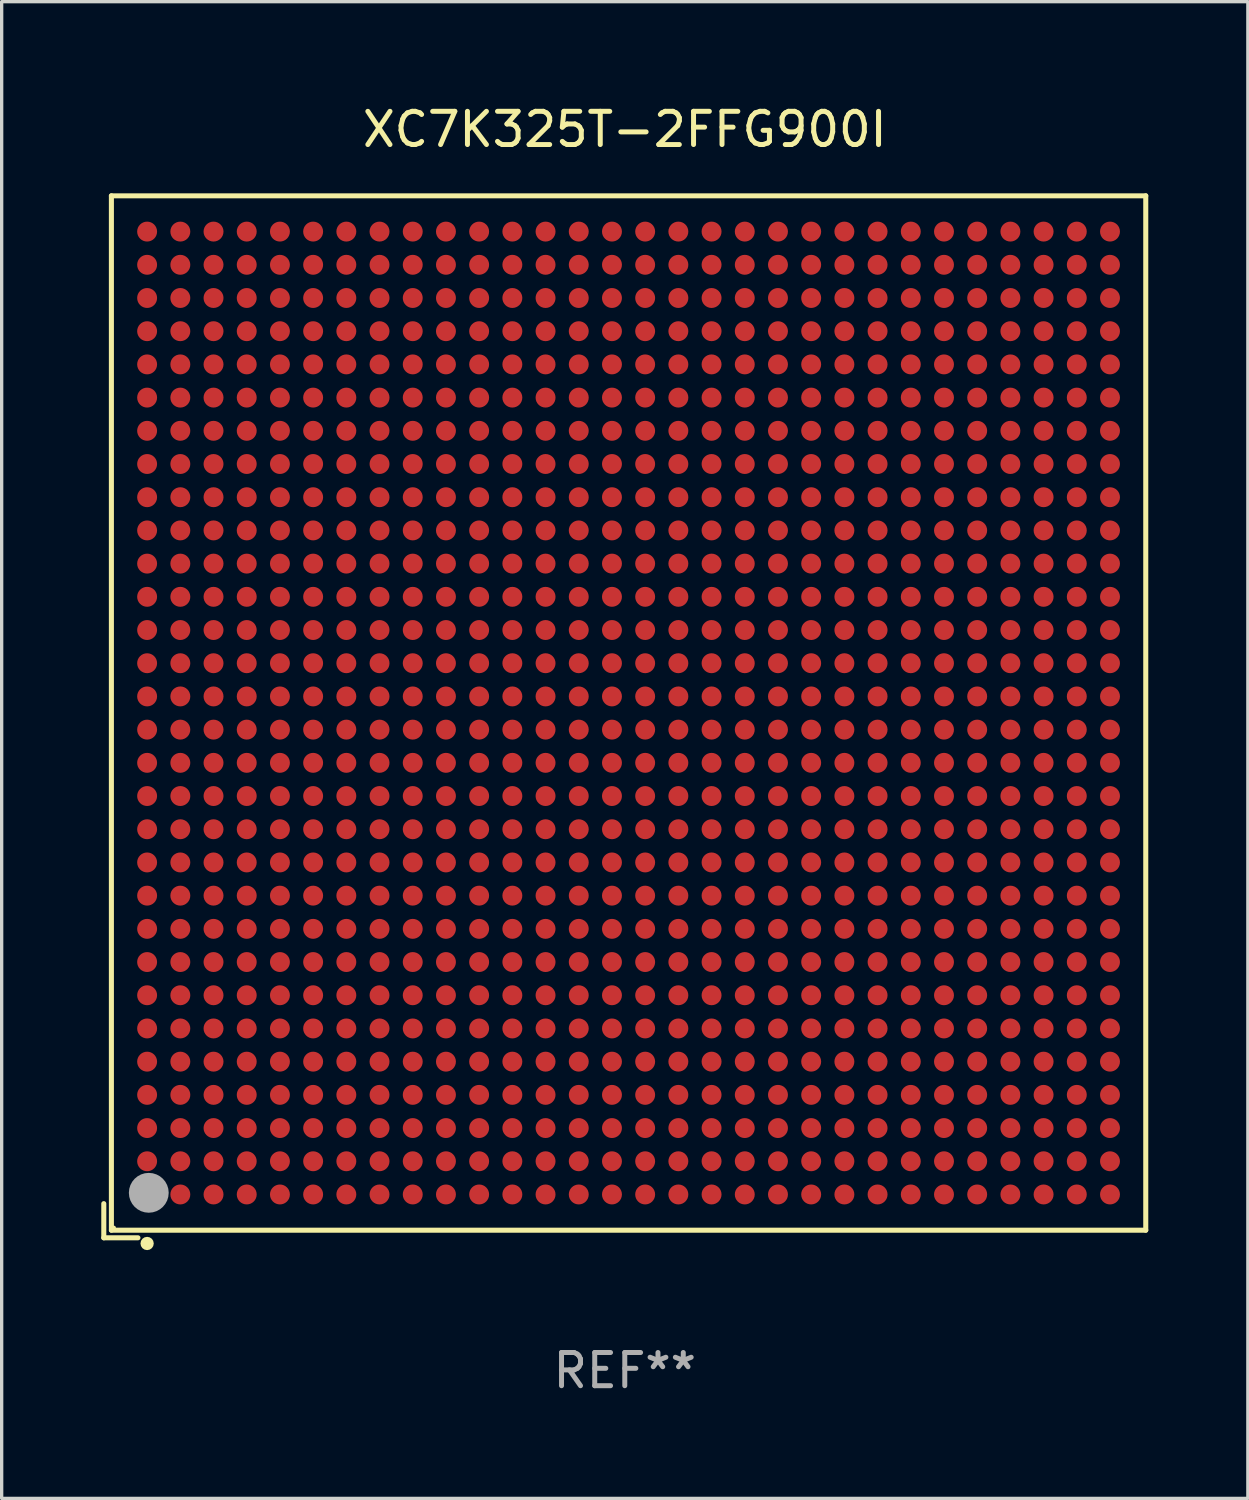
<source format=kicad_pcb>
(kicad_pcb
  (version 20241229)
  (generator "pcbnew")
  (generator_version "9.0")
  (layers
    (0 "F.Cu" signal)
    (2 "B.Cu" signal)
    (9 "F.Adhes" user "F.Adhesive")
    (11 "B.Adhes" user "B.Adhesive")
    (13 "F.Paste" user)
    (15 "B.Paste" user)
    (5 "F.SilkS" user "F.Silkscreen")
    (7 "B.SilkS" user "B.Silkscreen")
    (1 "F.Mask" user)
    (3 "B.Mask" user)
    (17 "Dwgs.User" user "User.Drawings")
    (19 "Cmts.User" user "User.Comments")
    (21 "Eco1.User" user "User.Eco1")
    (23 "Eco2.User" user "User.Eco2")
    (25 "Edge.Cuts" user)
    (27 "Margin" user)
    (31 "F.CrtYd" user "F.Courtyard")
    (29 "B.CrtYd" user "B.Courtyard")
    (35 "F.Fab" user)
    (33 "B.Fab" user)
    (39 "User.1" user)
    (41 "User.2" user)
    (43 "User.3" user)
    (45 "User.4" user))
  (footprint "XC7K325T-2FFG900I"
    (layer "F.Cu")
    (at 15.767 18.539)
    (property "Reference" "XC7K325T-2FFG900I" (at 0 -17.691 0) (layer "F.SilkS") (effects (font (size 1 1) (thickness 0.15))))
    (attr through_hole)
    (fp_line (start -15.691 14.662) (end -15.691 15.691) (stroke (width 0.152) (type solid)) (layer "F.SilkS"))
    (fp_line (start -15.691 15.691) (end -14.662 15.691) (stroke (width 0.152) (type solid)) (layer "F.SilkS"))
    (fp_line (start -15.462 -15.691) (end 15.691 -15.691) (stroke (width 0.152) (type solid)) (layer "F.SilkS"))
    (fp_line (start -15.462 15.462) (end -15.462 -15.691) (stroke (width 0.152) (type solid)) (layer "F.SilkS"))
    (fp_line (start 15.691 -15.691) (end 15.691 15.462) (stroke (width 0.152) (type solid)) (layer "F.SilkS"))
    (fp_line (start 15.691 15.462) (end -15.462 15.462) (stroke (width 0.152) (type solid)) (layer "F.SilkS"))
    (fp_circle (center -15.386 15.386) (end -15.356 15.386) (stroke (width 0.06) (type solid)) (fill no) (layer "F.SilkS"))
    (fp_circle (center -14.386 15.862) (end -14.286 15.862) (stroke (width 0.2) (type solid)) (fill no) (layer "F.SilkS"))
    (fp_circle (center -14.336 14.336) (end -14.036 14.336) (stroke (width 0.6) (type solid)) (fill no) (layer "F.Fab"))
    (fp_text user "REF**" (at 0 19.691 0) (layer "F.Fab") (effects (font (size 1 1) (thickness 0.15))))
    (pad "A1" smd circle (at -14.386 14.386) (size 0.6 0.6) (layers "F.Cu" "F.Mask" "F.Paste"))
    (pad "A2" smd circle (at -14.386 13.386) (size 0.6 0.6) (layers "F.Cu" "F.Mask" "F.Paste"))
    (pad "A3" smd circle (at -14.386 12.386) (size 0.6 0.6) (layers "F.Cu" "F.Mask" "F.Paste"))
    (pad "A4" smd circle (at -14.386 11.386) (size 0.6 0.6) (layers "F.Cu" "F.Mask" "F.Paste"))
    (pad "A5" smd circle (at -14.386 10.386) (size 0.6 0.6) (layers "F.Cu" "F.Mask" "F.Paste"))
    (pad "A6" smd circle (at -14.386 9.386) (size 0.6 0.6) (layers "F.Cu" "F.Mask" "F.Paste"))
    (pad "A7" smd circle (at -14.386 8.386) (size 0.6 0.6) (layers "F.Cu" "F.Mask" "F.Paste"))
    (pad "A8" smd circle (at -14.386 7.386) (size 0.6 0.6) (layers "F.Cu" "F.Mask" "F.Paste"))
    (pad "A9" smd circle (at -14.386 6.386) (size 0.6 0.6) (layers "F.Cu" "F.Mask" "F.Paste"))
    (pad "A10" smd circle (at -14.386 5.386) (size 0.6 0.6) (layers "F.Cu" "F.Mask" "F.Paste"))
    (pad "A11" smd circle (at -14.386 4.386) (size 0.6 0.6) (layers "F.Cu" "F.Mask" "F.Paste"))
    (pad "A12" smd circle (at -14.386 3.386) (size 0.6 0.6) (layers "F.Cu" "F.Mask" "F.Paste"))
    (pad "A13" smd circle (at -14.386 2.386) (size 0.6 0.6) (layers "F.Cu" "F.Mask" "F.Paste"))
    (pad "A14" smd circle (at -14.386 1.386) (size 0.6 0.6) (layers "F.Cu" "F.Mask" "F.Paste"))
    (pad "A15" smd circle (at -14.386 0.386) (size 0.6 0.6) (layers "F.Cu" "F.Mask" "F.Paste"))
    (pad "A16" smd circle (at -14.386 -0.614) (size 0.6 0.6) (layers "F.Cu" "F.Mask" "F.Paste"))
    (pad "A17" smd circle (at -14.386 -1.614) (size 0.6 0.6) (layers "F.Cu" "F.Mask" "F.Paste"))
    (pad "A18" smd circle (at -14.386 -2.614) (size 0.6 0.6) (layers "F.Cu" "F.Mask" "F.Paste"))
    (pad "A19" smd circle (at -14.386 -3.614) (size 0.6 0.6) (layers "F.Cu" "F.Mask" "F.Paste"))
    (pad "A20" smd circle (at -14.386 -4.614) (size 0.6 0.6) (layers "F.Cu" "F.Mask" "F.Paste"))
    (pad "A21" smd circle (at -14.386 -5.614) (size 0.6 0.6) (layers "F.Cu" "F.Mask" "F.Paste"))
    (pad "A22" smd circle (at -14.386 -6.614) (size 0.6 0.6) (layers "F.Cu" "F.Mask" "F.Paste"))
    (pad "A23" smd circle (at -14.386 -7.614) (size 0.6 0.6) (layers "F.Cu" "F.Mask" "F.Paste"))
    (pad "A24" smd circle (at -14.386 -8.614) (size 0.6 0.6) (layers "F.Cu" "F.Mask" "F.Paste"))
    (pad "A25" smd circle (at -14.386 -9.614) (size 0.6 0.6) (layers "F.Cu" "F.Mask" "F.Paste"))
    (pad "A26" smd circle (at -14.386 -10.614) (size 0.6 0.6) (layers "F.Cu" "F.Mask" "F.Paste"))
    (pad "A27" smd circle (at -14.386 -11.614) (size 0.6 0.6) (layers "F.Cu" "F.Mask" "F.Paste"))
    (pad "A28" smd circle (at -14.386 -12.614) (size 0.6 0.6) (layers "F.Cu" "F.Mask" "F.Paste"))
    (pad "A29" smd circle (at -14.386 -13.614) (size 0.6 0.6) (layers "F.Cu" "F.Mask" "F.Paste"))
    (pad "A30" smd circle (at -14.386 -14.614) (size 0.6 0.6) (layers "F.Cu" "F.Mask" "F.Paste"))
    (pad "AA1" smd circle (at 5.614 14.386) (size 0.6 0.6) (layers "F.Cu" "F.Mask" "F.Paste"))
    (pad "AA2" smd circle (at 5.614 13.386) (size 0.6 0.6) (layers "F.Cu" "F.Mask" "F.Paste"))
    (pad "AA3" smd circle (at 5.614 12.386) (size 0.6 0.6) (layers "F.Cu" "F.Mask" "F.Paste"))
    (pad "AA4" smd circle (at 5.614 11.386) (size 0.6 0.6) (layers "F.Cu" "F.Mask" "F.Paste"))
    (pad "AA5" smd circle (at 5.614 10.386) (size 0.6 0.6) (layers "F.Cu" "F.Mask" "F.Paste"))
    (pad "AA6" smd circle (at 5.614 9.386) (size 0.6 0.6) (layers "F.Cu" "F.Mask" "F.Paste"))
    (pad "AA7" smd circle (at 5.614 8.386) (size 0.6 0.6) (layers "F.Cu" "F.Mask" "F.Paste"))
    (pad "AA8" smd circle (at 5.614 7.386) (size 0.6 0.6) (layers "F.Cu" "F.Mask" "F.Paste"))
    (pad "AA9" smd circle (at 5.614 6.386) (size 0.6 0.6) (layers "F.Cu" "F.Mask" "F.Paste"))
    (pad "AA10" smd circle (at 5.614 5.386) (size 0.6 0.6) (layers "F.Cu" "F.Mask" "F.Paste"))
    (pad "AA11" smd circle (at 5.614 4.386) (size 0.6 0.6) (layers "F.Cu" "F.Mask" "F.Paste"))
    (pad "AA12" smd circle (at 5.614 3.386) (size 0.6 0.6) (layers "F.Cu" "F.Mask" "F.Paste"))
    (pad "AA13" smd circle (at 5.614 2.386) (size 0.6 0.6) (layers "F.Cu" "F.Mask" "F.Paste"))
    (pad "AA14" smd circle (at 5.614 1.386) (size 0.6 0.6) (layers "F.Cu" "F.Mask" "F.Paste"))
    (pad "AA15" smd circle (at 5.614 0.386) (size 0.6 0.6) (layers "F.Cu" "F.Mask" "F.Paste"))
    (pad "AA16" smd circle (at 5.614 -0.614) (size 0.6 0.6) (layers "F.Cu" "F.Mask" "F.Paste"))
    (pad "AA17" smd circle (at 5.614 -1.614) (size 0.6 0.6) (layers "F.Cu" "F.Mask" "F.Paste"))
    (pad "AA18" smd circle (at 5.614 -2.614) (size 0.6 0.6) (layers "F.Cu" "F.Mask" "F.Paste"))
    (pad "AA19" smd circle (at 5.614 -3.614) (size 0.6 0.6) (layers "F.Cu" "F.Mask" "F.Paste"))
    (pad "AA20" smd circle (at 5.614 -4.614) (size 0.6 0.6) (layers "F.Cu" "F.Mask" "F.Paste"))
    (pad "AA21" smd circle (at 5.614 -5.614) (size 0.6 0.6) (layers "F.Cu" "F.Mask" "F.Paste"))
    (pad "AA22" smd circle (at 5.614 -6.614) (size 0.6 0.6) (layers "F.Cu" "F.Mask" "F.Paste"))
    (pad "AA23" smd circle (at 5.614 -7.614) (size 0.6 0.6) (layers "F.Cu" "F.Mask" "F.Paste"))
    (pad "AA24" smd circle (at 5.614 -8.614) (size 0.6 0.6) (layers "F.Cu" "F.Mask" "F.Paste"))
    (pad "AA25" smd circle (at 5.614 -9.614) (size 0.6 0.6) (layers "F.Cu" "F.Mask" "F.Paste"))
    (pad "AA26" smd circle (at 5.614 -10.614) (size 0.6 0.6) (layers "F.Cu" "F.Mask" "F.Paste"))
    (pad "AA27" smd circle (at 5.614 -11.614) (size 0.6 0.6) (layers "F.Cu" "F.Mask" "F.Paste"))
    (pad "AA28" smd circle (at 5.614 -12.614) (size 0.6 0.6) (layers "F.Cu" "F.Mask" "F.Paste"))
    (pad "AA29" smd circle (at 5.614 -13.614) (size 0.6 0.6) (layers "F.Cu" "F.Mask" "F.Paste"))
    (pad "AA30" smd circle (at 5.614 -14.614) (size 0.6 0.6) (layers "F.Cu" "F.Mask" "F.Paste"))
    (pad "AB1" smd circle (at 6.614 14.386) (size 0.6 0.6) (layers "F.Cu" "F.Mask" "F.Paste"))
    (pad "AB2" smd circle (at 6.614 13.386) (size 0.6 0.6) (layers "F.Cu" "F.Mask" "F.Paste"))
    (pad "AB3" smd circle (at 6.614 12.386) (size 0.6 0.6) (layers "F.Cu" "F.Mask" "F.Paste"))
    (pad "AB4" smd circle (at 6.614 11.386) (size 0.6 0.6) (layers "F.Cu" "F.Mask" "F.Paste"))
    (pad "AB5" smd circle (at 6.614 10.386) (size 0.6 0.6) (layers "F.Cu" "F.Mask" "F.Paste"))
    (pad "AB6" smd circle (at 6.614 9.386) (size 0.6 0.6) (layers "F.Cu" "F.Mask" "F.Paste"))
    (pad "AB7" smd circle (at 6.614 8.386) (size 0.6 0.6) (layers "F.Cu" "F.Mask" "F.Paste"))
    (pad "AB8" smd circle (at 6.614 7.386) (size 0.6 0.6) (layers "F.Cu" "F.Mask" "F.Paste"))
    (pad "AB9" smd circle (at 6.614 6.386) (size 0.6 0.6) (layers "F.Cu" "F.Mask" "F.Paste"))
    (pad "AB10" smd circle (at 6.614 5.386) (size 0.6 0.6) (layers "F.Cu" "F.Mask" "F.Paste"))
    (pad "AB11" smd circle (at 6.614 4.386) (size 0.6 0.6) (layers "F.Cu" "F.Mask" "F.Paste"))
    (pad "AB12" smd circle (at 6.614 3.386) (size 0.6 0.6) (layers "F.Cu" "F.Mask" "F.Paste"))
    (pad "AB13" smd circle (at 6.614 2.386) (size 0.6 0.6) (layers "F.Cu" "F.Mask" "F.Paste"))
    (pad "AB14" smd circle (at 6.614 1.386) (size 0.6 0.6) (layers "F.Cu" "F.Mask" "F.Paste"))
    (pad "AB15" smd circle (at 6.614 0.386) (size 0.6 0.6) (layers "F.Cu" "F.Mask" "F.Paste"))
    (pad "AB16" smd circle (at 6.614 -0.614) (size 0.6 0.6) (layers "F.Cu" "F.Mask" "F.Paste"))
    (pad "AB17" smd circle (at 6.614 -1.614) (size 0.6 0.6) (layers "F.Cu" "F.Mask" "F.Paste"))
    (pad "AB18" smd circle (at 6.614 -2.614) (size 0.6 0.6) (layers "F.Cu" "F.Mask" "F.Paste"))
    (pad "AB19" smd circle (at 6.614 -3.614) (size 0.6 0.6) (layers "F.Cu" "F.Mask" "F.Paste"))
    (pad "AB20" smd circle (at 6.614 -4.614) (size 0.6 0.6) (layers "F.Cu" "F.Mask" "F.Paste"))
    (pad "AB21" smd circle (at 6.614 -5.614) (size 0.6 0.6) (layers "F.Cu" "F.Mask" "F.Paste"))
    (pad "AB22" smd circle (at 6.614 -6.614) (size 0.6 0.6) (layers "F.Cu" "F.Mask" "F.Paste"))
    (pad "AB23" smd circle (at 6.614 -7.614) (size 0.6 0.6) (layers "F.Cu" "F.Mask" "F.Paste"))
    (pad "AB24" smd circle (at 6.614 -8.614) (size 0.6 0.6) (layers "F.Cu" "F.Mask" "F.Paste"))
    (pad "AB25" smd circle (at 6.614 -9.614) (size 0.6 0.6) (layers "F.Cu" "F.Mask" "F.Paste"))
    (pad "AB26" smd circle (at 6.614 -10.614) (size 0.6 0.6) (layers "F.Cu" "F.Mask" "F.Paste"))
    (pad "AB27" smd circle (at 6.614 -11.614) (size 0.6 0.6) (layers "F.Cu" "F.Mask" "F.Paste"))
    (pad "AB28" smd circle (at 6.614 -12.614) (size 0.6 0.6) (layers "F.Cu" "F.Mask" "F.Paste"))
    (pad "AB29" smd circle (at 6.614 -13.614) (size 0.6 0.6) (layers "F.Cu" "F.Mask" "F.Paste"))
    (pad "AB30" smd circle (at 6.614 -14.614) (size 0.6 0.6) (layers "F.Cu" "F.Mask" "F.Paste"))
    (pad "AC1" smd circle (at 7.614 14.386) (size 0.6 0.6) (layers "F.Cu" "F.Mask" "F.Paste"))
    (pad "AC2" smd circle (at 7.614 13.386) (size 0.6 0.6) (layers "F.Cu" "F.Mask" "F.Paste"))
    (pad "AC3" smd circle (at 7.614 12.386) (size 0.6 0.6) (layers "F.Cu" "F.Mask" "F.Paste"))
    (pad "AC4" smd circle (at 7.614 11.386) (size 0.6 0.6) (layers "F.Cu" "F.Mask" "F.Paste"))
    (pad "AC5" smd circle (at 7.614 10.386) (size 0.6 0.6) (layers "F.Cu" "F.Mask" "F.Paste"))
    (pad "AC6" smd circle (at 7.614 9.386) (size 0.6 0.6) (layers "F.Cu" "F.Mask" "F.Paste"))
    (pad "AC7" smd circle (at 7.614 8.386) (size 0.6 0.6) (layers "F.Cu" "F.Mask" "F.Paste"))
    (pad "AC8" smd circle (at 7.614 7.386) (size 0.6 0.6) (layers "F.Cu" "F.Mask" "F.Paste"))
    (pad "AC9" smd circle (at 7.614 6.386) (size 0.6 0.6) (layers "F.Cu" "F.Mask" "F.Paste"))
    (pad "AC10" smd circle (at 7.614 5.386) (size 0.6 0.6) (layers "F.Cu" "F.Mask" "F.Paste"))
    (pad "AC11" smd circle (at 7.614 4.386) (size 0.6 0.6) (layers "F.Cu" "F.Mask" "F.Paste"))
    (pad "AC12" smd circle (at 7.614 3.386) (size 0.6 0.6) (layers "F.Cu" "F.Mask" "F.Paste"))
    (pad "AC13" smd circle (at 7.614 2.386) (size 0.6 0.6) (layers "F.Cu" "F.Mask" "F.Paste"))
    (pad "AC14" smd circle (at 7.614 1.386) (size 0.6 0.6) (layers "F.Cu" "F.Mask" "F.Paste"))
    (pad "AC15" smd circle (at 7.614 0.386) (size 0.6 0.6) (layers "F.Cu" "F.Mask" "F.Paste"))
    (pad "AC16" smd circle (at 7.614 -0.614) (size 0.6 0.6) (layers "F.Cu" "F.Mask" "F.Paste"))
    (pad "AC17" smd circle (at 7.614 -1.614) (size 0.6 0.6) (layers "F.Cu" "F.Mask" "F.Paste"))
    (pad "AC18" smd circle (at 7.614 -2.614) (size 0.6 0.6) (layers "F.Cu" "F.Mask" "F.Paste"))
    (pad "AC19" smd circle (at 7.614 -3.614) (size 0.6 0.6) (layers "F.Cu" "F.Mask" "F.Paste"))
    (pad "AC20" smd circle (at 7.614 -4.614) (size 0.6 0.6) (layers "F.Cu" "F.Mask" "F.Paste"))
    (pad "AC21" smd circle (at 7.614 -5.614) (size 0.6 0.6) (layers "F.Cu" "F.Mask" "F.Paste"))
    (pad "AC22" smd circle (at 7.614 -6.614) (size 0.6 0.6) (layers "F.Cu" "F.Mask" "F.Paste"))
    (pad "AC23" smd circle (at 7.614 -7.614) (size 0.6 0.6) (layers "F.Cu" "F.Mask" "F.Paste"))
    (pad "AC24" smd circle (at 7.614 -8.614) (size 0.6 0.6) (layers "F.Cu" "F.Mask" "F.Paste"))
    (pad "AC25" smd circle (at 7.614 -9.614) (size 0.6 0.6) (layers "F.Cu" "F.Mask" "F.Paste"))
    (pad "AC26" smd circle (at 7.614 -10.614) (size 0.6 0.6) (layers "F.Cu" "F.Mask" "F.Paste"))
    (pad "AC27" smd circle (at 7.614 -11.614) (size 0.6 0.6) (layers "F.Cu" "F.Mask" "F.Paste"))
    (pad "AC28" smd circle (at 7.614 -12.614) (size 0.6 0.6) (layers "F.Cu" "F.Mask" "F.Paste"))
    (pad "AC29" smd circle (at 7.614 -13.614) (size 0.6 0.6) (layers "F.Cu" "F.Mask" "F.Paste"))
    (pad "AC30" smd circle (at 7.614 -14.614) (size 0.6 0.6) (layers "F.Cu" "F.Mask" "F.Paste"))
    (pad "AD1" smd circle (at 8.614 14.386) (size 0.6 0.6) (layers "F.Cu" "F.Mask" "F.Paste"))
    (pad "AD2" smd circle (at 8.614 13.386) (size 0.6 0.6) (layers "F.Cu" "F.Mask" "F.Paste"))
    (pad "AD3" smd circle (at 8.614 12.386) (size 0.6 0.6) (layers "F.Cu" "F.Mask" "F.Paste"))
    (pad "AD4" smd circle (at 8.614 11.386) (size 0.6 0.6) (layers "F.Cu" "F.Mask" "F.Paste"))
    (pad "AD5" smd circle (at 8.614 10.386) (size 0.6 0.6) (layers "F.Cu" "F.Mask" "F.Paste"))
    (pad "AD6" smd circle (at 8.614 9.386) (size 0.6 0.6) (layers "F.Cu" "F.Mask" "F.Paste"))
    (pad "AD7" smd circle (at 8.614 8.386) (size 0.6 0.6) (layers "F.Cu" "F.Mask" "F.Paste"))
    (pad "AD8" smd circle (at 8.614 7.386) (size 0.6 0.6) (layers "F.Cu" "F.Mask" "F.Paste"))
    (pad "AD9" smd circle (at 8.614 6.386) (size 0.6 0.6) (layers "F.Cu" "F.Mask" "F.Paste"))
    (pad "AD10" smd circle (at 8.614 5.386) (size 0.6 0.6) (layers "F.Cu" "F.Mask" "F.Paste"))
    (pad "AD11" smd circle (at 8.614 4.386) (size 0.6 0.6) (layers "F.Cu" "F.Mask" "F.Paste"))
    (pad "AD12" smd circle (at 8.614 3.386) (size 0.6 0.6) (layers "F.Cu" "F.Mask" "F.Paste"))
    (pad "AD13" smd circle (at 8.614 2.386) (size 0.6 0.6) (layers "F.Cu" "F.Mask" "F.Paste"))
    (pad "AD14" smd circle (at 8.614 1.386) (size 0.6 0.6) (layers "F.Cu" "F.Mask" "F.Paste"))
    (pad "AD15" smd circle (at 8.614 0.386) (size 0.6 0.6) (layers "F.Cu" "F.Mask" "F.Paste"))
    (pad "AD16" smd circle (at 8.614 -0.614) (size 0.6 0.6) (layers "F.Cu" "F.Mask" "F.Paste"))
    (pad "AD17" smd circle (at 8.614 -1.614) (size 0.6 0.6) (layers "F.Cu" "F.Mask" "F.Paste"))
    (pad "AD18" smd circle (at 8.614 -2.614) (size 0.6 0.6) (layers "F.Cu" "F.Mask" "F.Paste"))
    (pad "AD19" smd circle (at 8.614 -3.614) (size 0.6 0.6) (layers "F.Cu" "F.Mask" "F.Paste"))
    (pad "AD20" smd circle (at 8.614 -4.614) (size 0.6 0.6) (layers "F.Cu" "F.Mask" "F.Paste"))
    (pad "AD21" smd circle (at 8.614 -5.614) (size 0.6 0.6) (layers "F.Cu" "F.Mask" "F.Paste"))
    (pad "AD22" smd circle (at 8.614 -6.614) (size 0.6 0.6) (layers "F.Cu" "F.Mask" "F.Paste"))
    (pad "AD23" smd circle (at 8.614 -7.614) (size 0.6 0.6) (layers "F.Cu" "F.Mask" "F.Paste"))
    (pad "AD24" smd circle (at 8.614 -8.614) (size 0.6 0.6) (layers "F.Cu" "F.Mask" "F.Paste"))
    (pad "AD25" smd circle (at 8.614 -9.614) (size 0.6 0.6) (layers "F.Cu" "F.Mask" "F.Paste"))
    (pad "AD26" smd circle (at 8.614 -10.614) (size 0.6 0.6) (layers "F.Cu" "F.Mask" "F.Paste"))
    (pad "AD27" smd circle (at 8.614 -11.614) (size 0.6 0.6) (layers "F.Cu" "F.Mask" "F.Paste"))
    (pad "AD28" smd circle (at 8.614 -12.614) (size 0.6 0.6) (layers "F.Cu" "F.Mask" "F.Paste"))
    (pad "AD29" smd circle (at 8.614 -13.614) (size 0.6 0.6) (layers "F.Cu" "F.Mask" "F.Paste"))
    (pad "AD30" smd circle (at 8.614 -14.614) (size 0.6 0.6) (layers "F.Cu" "F.Mask" "F.Paste"))
    (pad "AE1" smd circle (at 9.614 14.386) (size 0.6 0.6) (layers "F.Cu" "F.Mask" "F.Paste"))
    (pad "AE2" smd circle (at 9.614 13.386) (size 0.6 0.6) (layers "F.Cu" "F.Mask" "F.Paste"))
    (pad "AE3" smd circle (at 9.614 12.386) (size 0.6 0.6) (layers "F.Cu" "F.Mask" "F.Paste"))
    (pad "AE4" smd circle (at 9.614 11.386) (size 0.6 0.6) (layers "F.Cu" "F.Mask" "F.Paste"))
    (pad "AE5" smd circle (at 9.614 10.386) (size 0.6 0.6) (layers "F.Cu" "F.Mask" "F.Paste"))
    (pad "AE6" smd circle (at 9.614 9.386) (size 0.6 0.6) (layers "F.Cu" "F.Mask" "F.Paste"))
    (pad "AE7" smd circle (at 9.614 8.386) (size 0.6 0.6) (layers "F.Cu" "F.Mask" "F.Paste"))
    (pad "AE8" smd circle (at 9.614 7.386) (size 0.6 0.6) (layers "F.Cu" "F.Mask" "F.Paste"))
    (pad "AE9" smd circle (at 9.614 6.386) (size 0.6 0.6) (layers "F.Cu" "F.Mask" "F.Paste"))
    (pad "AE10" smd circle (at 9.614 5.386) (size 0.6 0.6) (layers "F.Cu" "F.Mask" "F.Paste"))
    (pad "AE11" smd circle (at 9.614 4.386) (size 0.6 0.6) (layers "F.Cu" "F.Mask" "F.Paste"))
    (pad "AE12" smd circle (at 9.614 3.386) (size 0.6 0.6) (layers "F.Cu" "F.Mask" "F.Paste"))
    (pad "AE13" smd circle (at 9.614 2.386) (size 0.6 0.6) (layers "F.Cu" "F.Mask" "F.Paste"))
    (pad "AE14" smd circle (at 9.614 1.386) (size 0.6 0.6) (layers "F.Cu" "F.Mask" "F.Paste"))
    (pad "AE15" smd circle (at 9.614 0.386) (size 0.6 0.6) (layers "F.Cu" "F.Mask" "F.Paste"))
    (pad "AE16" smd circle (at 9.614 -0.614) (size 0.6 0.6) (layers "F.Cu" "F.Mask" "F.Paste"))
    (pad "AE17" smd circle (at 9.614 -1.614) (size 0.6 0.6) (layers "F.Cu" "F.Mask" "F.Paste"))
    (pad "AE18" smd circle (at 9.614 -2.614) (size 0.6 0.6) (layers "F.Cu" "F.Mask" "F.Paste"))
    (pad "AE19" smd circle (at 9.614 -3.614) (size 0.6 0.6) (layers "F.Cu" "F.Mask" "F.Paste"))
    (pad "AE20" smd circle (at 9.614 -4.614) (size 0.6 0.6) (layers "F.Cu" "F.Mask" "F.Paste"))
    (pad "AE21" smd circle (at 9.614 -5.614) (size 0.6 0.6) (layers "F.Cu" "F.Mask" "F.Paste"))
    (pad "AE22" smd circle (at 9.614 -6.614) (size 0.6 0.6) (layers "F.Cu" "F.Mask" "F.Paste"))
    (pad "AE23" smd circle (at 9.614 -7.614) (size 0.6 0.6) (layers "F.Cu" "F.Mask" "F.Paste"))
    (pad "AE24" smd circle (at 9.614 -8.614) (size 0.6 0.6) (layers "F.Cu" "F.Mask" "F.Paste"))
    (pad "AE25" smd circle (at 9.614 -9.614) (size 0.6 0.6) (layers "F.Cu" "F.Mask" "F.Paste"))
    (pad "AE26" smd circle (at 9.614 -10.614) (size 0.6 0.6) (layers "F.Cu" "F.Mask" "F.Paste"))
    (pad "AE27" smd circle (at 9.614 -11.614) (size 0.6 0.6) (layers "F.Cu" "F.Mask" "F.Paste"))
    (pad "AE28" smd circle (at 9.614 -12.614) (size 0.6 0.6) (layers "F.Cu" "F.Mask" "F.Paste"))
    (pad "AE29" smd circle (at 9.614 -13.614) (size 0.6 0.6) (layers "F.Cu" "F.Mask" "F.Paste"))
    (pad "AE30" smd circle (at 9.614 -14.614) (size 0.6 0.6) (layers "F.Cu" "F.Mask" "F.Paste"))
    (pad "AF1" smd circle (at 10.614 14.386) (size 0.6 0.6) (layers "F.Cu" "F.Mask" "F.Paste"))
    (pad "AF2" smd circle (at 10.614 13.386) (size 0.6 0.6) (layers "F.Cu" "F.Mask" "F.Paste"))
    (pad "AF3" smd circle (at 10.614 12.386) (size 0.6 0.6) (layers "F.Cu" "F.Mask" "F.Paste"))
    (pad "AF4" smd circle (at 10.614 11.386) (size 0.6 0.6) (layers "F.Cu" "F.Mask" "F.Paste"))
    (pad "AF5" smd circle (at 10.614 10.386) (size 0.6 0.6) (layers "F.Cu" "F.Mask" "F.Paste"))
    (pad "AF6" smd circle (at 10.614 9.386) (size 0.6 0.6) (layers "F.Cu" "F.Mask" "F.Paste"))
    (pad "AF7" smd circle (at 10.614 8.386) (size 0.6 0.6) (layers "F.Cu" "F.Mask" "F.Paste"))
    (pad "AF8" smd circle (at 10.614 7.386) (size 0.6 0.6) (layers "F.Cu" "F.Mask" "F.Paste"))
    (pad "AF9" smd circle (at 10.614 6.386) (size 0.6 0.6) (layers "F.Cu" "F.Mask" "F.Paste"))
    (pad "AF10" smd circle (at 10.614 5.386) (size 0.6 0.6) (layers "F.Cu" "F.Mask" "F.Paste"))
    (pad "AF11" smd circle (at 10.614 4.386) (size 0.6 0.6) (layers "F.Cu" "F.Mask" "F.Paste"))
    (pad "AF12" smd circle (at 10.614 3.386) (size 0.6 0.6) (layers "F.Cu" "F.Mask" "F.Paste"))
    (pad "AF13" smd circle (at 10.614 2.386) (size 0.6 0.6) (layers "F.Cu" "F.Mask" "F.Paste"))
    (pad "AF14" smd circle (at 10.614 1.386) (size 0.6 0.6) (layers "F.Cu" "F.Mask" "F.Paste"))
    (pad "AF15" smd circle (at 10.614 0.386) (size 0.6 0.6) (layers "F.Cu" "F.Mask" "F.Paste"))
    (pad "AF16" smd circle (at 10.614 -0.614) (size 0.6 0.6) (layers "F.Cu" "F.Mask" "F.Paste"))
    (pad "AF17" smd circle (at 10.614 -1.614) (size 0.6 0.6) (layers "F.Cu" "F.Mask" "F.Paste"))
    (pad "AF18" smd circle (at 10.614 -2.614) (size 0.6 0.6) (layers "F.Cu" "F.Mask" "F.Paste"))
    (pad "AF19" smd circle (at 10.614 -3.614) (size 0.6 0.6) (layers "F.Cu" "F.Mask" "F.Paste"))
    (pad "AF20" smd circle (at 10.614 -4.614) (size 0.6 0.6) (layers "F.Cu" "F.Mask" "F.Paste"))
    (pad "AF21" smd circle (at 10.614 -5.614) (size 0.6 0.6) (layers "F.Cu" "F.Mask" "F.Paste"))
    (pad "AF22" smd circle (at 10.614 -6.614) (size 0.6 0.6) (layers "F.Cu" "F.Mask" "F.Paste"))
    (pad "AF23" smd circle (at 10.614 -7.614) (size 0.6 0.6) (layers "F.Cu" "F.Mask" "F.Paste"))
    (pad "AF24" smd circle (at 10.614 -8.614) (size 0.6 0.6) (layers "F.Cu" "F.Mask" "F.Paste"))
    (pad "AF25" smd circle (at 10.614 -9.614) (size 0.6 0.6) (layers "F.Cu" "F.Mask" "F.Paste"))
    (pad "AF26" smd circle (at 10.614 -10.614) (size 0.6 0.6) (layers "F.Cu" "F.Mask" "F.Paste"))
    (pad "AF27" smd circle (at 10.614 -11.614) (size 0.6 0.6) (layers "F.Cu" "F.Mask" "F.Paste"))
    (pad "AF28" smd circle (at 10.614 -12.614) (size 0.6 0.6) (layers "F.Cu" "F.Mask" "F.Paste"))
    (pad "AF29" smd circle (at 10.614 -13.614) (size 0.6 0.6) (layers "F.Cu" "F.Mask" "F.Paste"))
    (pad "AF30" smd circle (at 10.614 -14.614) (size 0.6 0.6) (layers "F.Cu" "F.Mask" "F.Paste"))
    (pad "AG1" smd circle (at 11.614 14.386) (size 0.6 0.6) (layers "F.Cu" "F.Mask" "F.Paste"))
    (pad "AG2" smd circle (at 11.614 13.386) (size 0.6 0.6) (layers "F.Cu" "F.Mask" "F.Paste"))
    (pad "AG3" smd circle (at 11.614 12.386) (size 0.6 0.6) (layers "F.Cu" "F.Mask" "F.Paste"))
    (pad "AG4" smd circle (at 11.614 11.386) (size 0.6 0.6) (layers "F.Cu" "F.Mask" "F.Paste"))
    (pad "AG5" smd circle (at 11.614 10.386) (size 0.6 0.6) (layers "F.Cu" "F.Mask" "F.Paste"))
    (pad "AG6" smd circle (at 11.614 9.386) (size 0.6 0.6) (layers "F.Cu" "F.Mask" "F.Paste"))
    (pad "AG7" smd circle (at 11.614 8.386) (size 0.6 0.6) (layers "F.Cu" "F.Mask" "F.Paste"))
    (pad "AG8" smd circle (at 11.614 7.386) (size 0.6 0.6) (layers "F.Cu" "F.Mask" "F.Paste"))
    (pad "AG9" smd circle (at 11.614 6.386) (size 0.6 0.6) (layers "F.Cu" "F.Mask" "F.Paste"))
    (pad "AG10" smd circle (at 11.614 5.386) (size 0.6 0.6) (layers "F.Cu" "F.Mask" "F.Paste"))
    (pad "AG11" smd circle (at 11.614 4.386) (size 0.6 0.6) (layers "F.Cu" "F.Mask" "F.Paste"))
    (pad "AG12" smd circle (at 11.614 3.386) (size 0.6 0.6) (layers "F.Cu" "F.Mask" "F.Paste"))
    (pad "AG13" smd circle (at 11.614 2.386) (size 0.6 0.6) (layers "F.Cu" "F.Mask" "F.Paste"))
    (pad "AG14" smd circle (at 11.614 1.386) (size 0.6 0.6) (layers "F.Cu" "F.Mask" "F.Paste"))
    (pad "AG15" smd circle (at 11.614 0.386) (size 0.6 0.6) (layers "F.Cu" "F.Mask" "F.Paste"))
    (pad "AG16" smd circle (at 11.614 -0.614) (size 0.6 0.6) (layers "F.Cu" "F.Mask" "F.Paste"))
    (pad "AG17" smd circle (at 11.614 -1.614) (size 0.6 0.6) (layers "F.Cu" "F.Mask" "F.Paste"))
    (pad "AG18" smd circle (at 11.614 -2.614) (size 0.6 0.6) (layers "F.Cu" "F.Mask" "F.Paste"))
    (pad "AG19" smd circle (at 11.614 -3.614) (size 0.6 0.6) (layers "F.Cu" "F.Mask" "F.Paste"))
    (pad "AG20" smd circle (at 11.614 -4.614) (size 0.6 0.6) (layers "F.Cu" "F.Mask" "F.Paste"))
    (pad "AG21" smd circle (at 11.614 -5.614) (size 0.6 0.6) (layers "F.Cu" "F.Mask" "F.Paste"))
    (pad "AG22" smd circle (at 11.614 -6.614) (size 0.6 0.6) (layers "F.Cu" "F.Mask" "F.Paste"))
    (pad "AG23" smd circle (at 11.614 -7.614) (size 0.6 0.6) (layers "F.Cu" "F.Mask" "F.Paste"))
    (pad "AG24" smd circle (at 11.614 -8.614) (size 0.6 0.6) (layers "F.Cu" "F.Mask" "F.Paste"))
    (pad "AG25" smd circle (at 11.614 -9.614) (size 0.6 0.6) (layers "F.Cu" "F.Mask" "F.Paste"))
    (pad "AG26" smd circle (at 11.614 -10.614) (size 0.6 0.6) (layers "F.Cu" "F.Mask" "F.Paste"))
    (pad "AG27" smd circle (at 11.614 -11.614) (size 0.6 0.6) (layers "F.Cu" "F.Mask" "F.Paste"))
    (pad "AG28" smd circle (at 11.614 -12.614) (size 0.6 0.6) (layers "F.Cu" "F.Mask" "F.Paste"))
    (pad "AG29" smd circle (at 11.614 -13.614) (size 0.6 0.6) (layers "F.Cu" "F.Mask" "F.Paste"))
    (pad "AG30" smd circle (at 11.614 -14.614) (size 0.6 0.6) (layers "F.Cu" "F.Mask" "F.Paste"))
    (pad "AH1" smd circle (at 12.614 14.386) (size 0.6 0.6) (layers "F.Cu" "F.Mask" "F.Paste"))
    (pad "AH2" smd circle (at 12.614 13.386) (size 0.6 0.6) (layers "F.Cu" "F.Mask" "F.Paste"))
    (pad "AH3" smd circle (at 12.614 12.386) (size 0.6 0.6) (layers "F.Cu" "F.Mask" "F.Paste"))
    (pad "AH4" smd circle (at 12.614 11.386) (size 0.6 0.6) (layers "F.Cu" "F.Mask" "F.Paste"))
    (pad "AH5" smd circle (at 12.614 10.386) (size 0.6 0.6) (layers "F.Cu" "F.Mask" "F.Paste"))
    (pad "AH6" smd circle (at 12.614 9.386) (size 0.6 0.6) (layers "F.Cu" "F.Mask" "F.Paste"))
    (pad "AH7" smd circle (at 12.614 8.386) (size 0.6 0.6) (layers "F.Cu" "F.Mask" "F.Paste"))
    (pad "AH8" smd circle (at 12.614 7.386) (size 0.6 0.6) (layers "F.Cu" "F.Mask" "F.Paste"))
    (pad "AH9" smd circle (at 12.614 6.386) (size 0.6 0.6) (layers "F.Cu" "F.Mask" "F.Paste"))
    (pad "AH10" smd circle (at 12.614 5.386) (size 0.6 0.6) (layers "F.Cu" "F.Mask" "F.Paste"))
    (pad "AH11" smd circle (at 12.614 4.386) (size 0.6 0.6) (layers "F.Cu" "F.Mask" "F.Paste"))
    (pad "AH12" smd circle (at 12.614 3.386) (size 0.6 0.6) (layers "F.Cu" "F.Mask" "F.Paste"))
    (pad "AH13" smd circle (at 12.614 2.386) (size 0.6 0.6) (layers "F.Cu" "F.Mask" "F.Paste"))
    (pad "AH14" smd circle (at 12.614 1.386) (size 0.6 0.6) (layers "F.Cu" "F.Mask" "F.Paste"))
    (pad "AH15" smd circle (at 12.614 0.386) (size 0.6 0.6) (layers "F.Cu" "F.Mask" "F.Paste"))
    (pad "AH16" smd circle (at 12.614 -0.614) (size 0.6 0.6) (layers "F.Cu" "F.Mask" "F.Paste"))
    (pad "AH17" smd circle (at 12.614 -1.614) (size 0.6 0.6) (layers "F.Cu" "F.Mask" "F.Paste"))
    (pad "AH18" smd circle (at 12.614 -2.614) (size 0.6 0.6) (layers "F.Cu" "F.Mask" "F.Paste"))
    (pad "AH19" smd circle (at 12.614 -3.614) (size 0.6 0.6) (layers "F.Cu" "F.Mask" "F.Paste"))
    (pad "AH20" smd circle (at 12.614 -4.614) (size 0.6 0.6) (layers "F.Cu" "F.Mask" "F.Paste"))
    (pad "AH21" smd circle (at 12.614 -5.614) (size 0.6 0.6) (layers "F.Cu" "F.Mask" "F.Paste"))
    (pad "AH22" smd circle (at 12.614 -6.614) (size 0.6 0.6) (layers "F.Cu" "F.Mask" "F.Paste"))
    (pad "AH23" smd circle (at 12.614 -7.614) (size 0.6 0.6) (layers "F.Cu" "F.Mask" "F.Paste"))
    (pad "AH24" smd circle (at 12.614 -8.614) (size 0.6 0.6) (layers "F.Cu" "F.Mask" "F.Paste"))
    (pad "AH25" smd circle (at 12.614 -9.614) (size 0.6 0.6) (layers "F.Cu" "F.Mask" "F.Paste"))
    (pad "AH26" smd circle (at 12.614 -10.614) (size 0.6 0.6) (layers "F.Cu" "F.Mask" "F.Paste"))
    (pad "AH27" smd circle (at 12.614 -11.614) (size 0.6 0.6) (layers "F.Cu" "F.Mask" "F.Paste"))
    (pad "AH28" smd circle (at 12.614 -12.614) (size 0.6 0.6) (layers "F.Cu" "F.Mask" "F.Paste"))
    (pad "AH29" smd circle (at 12.614 -13.614) (size 0.6 0.6) (layers "F.Cu" "F.Mask" "F.Paste"))
    (pad "AH30" smd circle (at 12.614 -14.614) (size 0.6 0.6) (layers "F.Cu" "F.Mask" "F.Paste"))
    (pad "AJ1" smd circle (at 13.614 14.386) (size 0.6 0.6) (layers "F.Cu" "F.Mask" "F.Paste"))
    (pad "AJ2" smd circle (at 13.614 13.386) (size 0.6 0.6) (layers "F.Cu" "F.Mask" "F.Paste"))
    (pad "AJ3" smd circle (at 13.614 12.386) (size 0.6 0.6) (layers "F.Cu" "F.Mask" "F.Paste"))
    (pad "AJ4" smd circle (at 13.614 11.386) (size 0.6 0.6) (layers "F.Cu" "F.Mask" "F.Paste"))
    (pad "AJ5" smd circle (at 13.614 10.386) (size 0.6 0.6) (layers "F.Cu" "F.Mask" "F.Paste"))
    (pad "AJ6" smd circle (at 13.614 9.386) (size 0.6 0.6) (layers "F.Cu" "F.Mask" "F.Paste"))
    (pad "AJ7" smd circle (at 13.614 8.386) (size 0.6 0.6) (layers "F.Cu" "F.Mask" "F.Paste"))
    (pad "AJ8" smd circle (at 13.614 7.386) (size 0.6 0.6) (layers "F.Cu" "F.Mask" "F.Paste"))
    (pad "AJ9" smd circle (at 13.614 6.386) (size 0.6 0.6) (layers "F.Cu" "F.Mask" "F.Paste"))
    (pad "AJ10" smd circle (at 13.614 5.386) (size 0.6 0.6) (layers "F.Cu" "F.Mask" "F.Paste"))
    (pad "AJ11" smd circle (at 13.614 4.386) (size 0.6 0.6) (layers "F.Cu" "F.Mask" "F.Paste"))
    (pad "AJ12" smd circle (at 13.614 3.386) (size 0.6 0.6) (layers "F.Cu" "F.Mask" "F.Paste"))
    (pad "AJ13" smd circle (at 13.614 2.386) (size 0.6 0.6) (layers "F.Cu" "F.Mask" "F.Paste"))
    (pad "AJ14" smd circle (at 13.614 1.386) (size 0.6 0.6) (layers "F.Cu" "F.Mask" "F.Paste"))
    (pad "AJ15" smd circle (at 13.614 0.386) (size 0.6 0.6) (layers "F.Cu" "F.Mask" "F.Paste"))
    (pad "AJ16" smd circle (at 13.614 -0.614) (size 0.6 0.6) (layers "F.Cu" "F.Mask" "F.Paste"))
    (pad "AJ17" smd circle (at 13.614 -1.614) (size 0.6 0.6) (layers "F.Cu" "F.Mask" "F.Paste"))
    (pad "AJ18" smd circle (at 13.614 -2.614) (size 0.6 0.6) (layers "F.Cu" "F.Mask" "F.Paste"))
    (pad "AJ19" smd circle (at 13.614 -3.614) (size 0.6 0.6) (layers "F.Cu" "F.Mask" "F.Paste"))
    (pad "AJ20" smd circle (at 13.614 -4.614) (size 0.6 0.6) (layers "F.Cu" "F.Mask" "F.Paste"))
    (pad "AJ21" smd circle (at 13.614 -5.614) (size 0.6 0.6) (layers "F.Cu" "F.Mask" "F.Paste"))
    (pad "AJ22" smd circle (at 13.614 -6.614) (size 0.6 0.6) (layers "F.Cu" "F.Mask" "F.Paste"))
    (pad "AJ23" smd circle (at 13.614 -7.614) (size 0.6 0.6) (layers "F.Cu" "F.Mask" "F.Paste"))
    (pad "AJ24" smd circle (at 13.614 -8.614) (size 0.6 0.6) (layers "F.Cu" "F.Mask" "F.Paste"))
    (pad "AJ25" smd circle (at 13.614 -9.614) (size 0.6 0.6) (layers "F.Cu" "F.Mask" "F.Paste"))
    (pad "AJ26" smd circle (at 13.614 -10.614) (size 0.6 0.6) (layers "F.Cu" "F.Mask" "F.Paste"))
    (pad "AJ27" smd circle (at 13.614 -11.614) (size 0.6 0.6) (layers "F.Cu" "F.Mask" "F.Paste"))
    (pad "AJ28" smd circle (at 13.614 -12.614) (size 0.6 0.6) (layers "F.Cu" "F.Mask" "F.Paste"))
    (pad "AJ29" smd circle (at 13.614 -13.614) (size 0.6 0.6) (layers "F.Cu" "F.Mask" "F.Paste"))
    (pad "AJ30" smd circle (at 13.614 -14.614) (size 0.6 0.6) (layers "F.Cu" "F.Mask" "F.Paste"))
    (pad "AK1" smd circle (at 14.614 14.386) (size 0.6 0.6) (layers "F.Cu" "F.Mask" "F.Paste"))
    (pad "AK2" smd circle (at 14.614 13.386) (size 0.6 0.6) (layers "F.Cu" "F.Mask" "F.Paste"))
    (pad "AK3" smd circle (at 14.614 12.386) (size 0.6 0.6) (layers "F.Cu" "F.Mask" "F.Paste"))
    (pad "AK4" smd circle (at 14.614 11.386) (size 0.6 0.6) (layers "F.Cu" "F.Mask" "F.Paste"))
    (pad "AK5" smd circle (at 14.614 10.386) (size 0.6 0.6) (layers "F.Cu" "F.Mask" "F.Paste"))
    (pad "AK6" smd circle (at 14.614 9.386) (size 0.6 0.6) (layers "F.Cu" "F.Mask" "F.Paste"))
    (pad "AK7" smd circle (at 14.614 8.386) (size 0.6 0.6) (layers "F.Cu" "F.Mask" "F.Paste"))
    (pad "AK8" smd circle (at 14.614 7.386) (size 0.6 0.6) (layers "F.Cu" "F.Mask" "F.Paste"))
    (pad "AK9" smd circle (at 14.614 6.386) (size 0.6 0.6) (layers "F.Cu" "F.Mask" "F.Paste"))
    (pad "AK10" smd circle (at 14.614 5.386) (size 0.6 0.6) (layers "F.Cu" "F.Mask" "F.Paste"))
    (pad "AK11" smd circle (at 14.614 4.386) (size 0.6 0.6) (layers "F.Cu" "F.Mask" "F.Paste"))
    (pad "AK12" smd circle (at 14.614 3.386) (size 0.6 0.6) (layers "F.Cu" "F.Mask" "F.Paste"))
    (pad "AK13" smd circle (at 14.614 2.386) (size 0.6 0.6) (layers "F.Cu" "F.Mask" "F.Paste"))
    (pad "AK14" smd circle (at 14.614 1.386) (size 0.6 0.6) (layers "F.Cu" "F.Mask" "F.Paste"))
    (pad "AK15" smd circle (at 14.614 0.386) (size 0.6 0.6) (layers "F.Cu" "F.Mask" "F.Paste"))
    (pad "AK16" smd circle (at 14.614 -0.614) (size 0.6 0.6) (layers "F.Cu" "F.Mask" "F.Paste"))
    (pad "AK17" smd circle (at 14.614 -1.614) (size 0.6 0.6) (layers "F.Cu" "F.Mask" "F.Paste"))
    (pad "AK18" smd circle (at 14.614 -2.614) (size 0.6 0.6) (layers "F.Cu" "F.Mask" "F.Paste"))
    (pad "AK19" smd circle (at 14.614 -3.614) (size 0.6 0.6) (layers "F.Cu" "F.Mask" "F.Paste"))
    (pad "AK20" smd circle (at 14.614 -4.614) (size 0.6 0.6) (layers "F.Cu" "F.Mask" "F.Paste"))
    (pad "AK21" smd circle (at 14.614 -5.614) (size 0.6 0.6) (layers "F.Cu" "F.Mask" "F.Paste"))
    (pad "AK22" smd circle (at 14.614 -6.614) (size 0.6 0.6) (layers "F.Cu" "F.Mask" "F.Paste"))
    (pad "AK23" smd circle (at 14.614 -7.614) (size 0.6 0.6) (layers "F.Cu" "F.Mask" "F.Paste"))
    (pad "AK24" smd circle (at 14.614 -8.614) (size 0.6 0.6) (layers "F.Cu" "F.Mask" "F.Paste"))
    (pad "AK25" smd circle (at 14.614 -9.614) (size 0.6 0.6) (layers "F.Cu" "F.Mask" "F.Paste"))
    (pad "AK26" smd circle (at 14.614 -10.614) (size 0.6 0.6) (layers "F.Cu" "F.Mask" "F.Paste"))
    (pad "AK27" smd circle (at 14.614 -11.614) (size 0.6 0.6) (layers "F.Cu" "F.Mask" "F.Paste"))
    (pad "AK28" smd circle (at 14.614 -12.614) (size 0.6 0.6) (layers "F.Cu" "F.Mask" "F.Paste"))
    (pad "AK29" smd circle (at 14.614 -13.614) (size 0.6 0.6) (layers "F.Cu" "F.Mask" "F.Paste"))
    (pad "AK30" smd circle (at 14.614 -14.614) (size 0.6 0.6) (layers "F.Cu" "F.Mask" "F.Paste"))
    (pad "B1" smd circle (at -13.386 14.386) (size 0.6 0.6) (layers "F.Cu" "F.Mask" "F.Paste"))
    (pad "B2" smd circle (at -13.386 13.386) (size 0.6 0.6) (layers "F.Cu" "F.Mask" "F.Paste"))
    (pad "B3" smd circle (at -13.386 12.386) (size 0.6 0.6) (layers "F.Cu" "F.Mask" "F.Paste"))
    (pad "B4" smd circle (at -13.386 11.386) (size 0.6 0.6) (layers "F.Cu" "F.Mask" "F.Paste"))
    (pad "B5" smd circle (at -13.386 10.386) (size 0.6 0.6) (layers "F.Cu" "F.Mask" "F.Paste"))
    (pad "B6" smd circle (at -13.386 9.386) (size 0.6 0.6) (layers "F.Cu" "F.Mask" "F.Paste"))
    (pad "B7" smd circle (at -13.386 8.386) (size 0.6 0.6) (layers "F.Cu" "F.Mask" "F.Paste"))
    (pad "B8" smd circle (at -13.386 7.386) (size 0.6 0.6) (layers "F.Cu" "F.Mask" "F.Paste"))
    (pad "B9" smd circle (at -13.386 6.386) (size 0.6 0.6) (layers "F.Cu" "F.Mask" "F.Paste"))
    (pad "B10" smd circle (at -13.386 5.386) (size 0.6 0.6) (layers "F.Cu" "F.Mask" "F.Paste"))
    (pad "B11" smd circle (at -13.386 4.386) (size 0.6 0.6) (layers "F.Cu" "F.Mask" "F.Paste"))
    (pad "B12" smd circle (at -13.386 3.386) (size 0.6 0.6) (layers "F.Cu" "F.Mask" "F.Paste"))
    (pad "B13" smd circle (at -13.386 2.386) (size 0.6 0.6) (layers "F.Cu" "F.Mask" "F.Paste"))
    (pad "B14" smd circle (at -13.386 1.386) (size 0.6 0.6) (layers "F.Cu" "F.Mask" "F.Paste"))
    (pad "B15" smd circle (at -13.386 0.386) (size 0.6 0.6) (layers "F.Cu" "F.Mask" "F.Paste"))
    (pad "B16" smd circle (at -13.386 -0.614) (size 0.6 0.6) (layers "F.Cu" "F.Mask" "F.Paste"))
    (pad "B17" smd circle (at -13.386 -1.614) (size 0.6 0.6) (layers "F.Cu" "F.Mask" "F.Paste"))
    (pad "B18" smd circle (at -13.386 -2.614) (size 0.6 0.6) (layers "F.Cu" "F.Mask" "F.Paste"))
    (pad "B19" smd circle (at -13.386 -3.614) (size 0.6 0.6) (layers "F.Cu" "F.Mask" "F.Paste"))
    (pad "B20" smd circle (at -13.386 -4.614) (size 0.6 0.6) (layers "F.Cu" "F.Mask" "F.Paste"))
    (pad "B21" smd circle (at -13.386 -5.614) (size 0.6 0.6) (layers "F.Cu" "F.Mask" "F.Paste"))
    (pad "B22" smd circle (at -13.386 -6.614) (size 0.6 0.6) (layers "F.Cu" "F.Mask" "F.Paste"))
    (pad "B23" smd circle (at -13.386 -7.614) (size 0.6 0.6) (layers "F.Cu" "F.Mask" "F.Paste"))
    (pad "B24" smd circle (at -13.386 -8.614) (size 0.6 0.6) (layers "F.Cu" "F.Mask" "F.Paste"))
    (pad "B25" smd circle (at -13.386 -9.614) (size 0.6 0.6) (layers "F.Cu" "F.Mask" "F.Paste"))
    (pad "B26" smd circle (at -13.386 -10.614) (size 0.6 0.6) (layers "F.Cu" "F.Mask" "F.Paste"))
    (pad "B27" smd circle (at -13.386 -11.614) (size 0.6 0.6) (layers "F.Cu" "F.Mask" "F.Paste"))
    (pad "B28" smd circle (at -13.386 -12.614) (size 0.6 0.6) (layers "F.Cu" "F.Mask" "F.Paste"))
    (pad "B29" smd circle (at -13.386 -13.614) (size 0.6 0.6) (layers "F.Cu" "F.Mask" "F.Paste"))
    (pad "B30" smd circle (at -13.386 -14.614) (size 0.6 0.6) (layers "F.Cu" "F.Mask" "F.Paste"))
    (pad "C1" smd circle (at -12.386 14.386) (size 0.6 0.6) (layers "F.Cu" "F.Mask" "F.Paste"))
    (pad "C2" smd circle (at -12.386 13.386) (size 0.6 0.6) (layers "F.Cu" "F.Mask" "F.Paste"))
    (pad "C3" smd circle (at -12.386 12.386) (size 0.6 0.6) (layers "F.Cu" "F.Mask" "F.Paste"))
    (pad "C4" smd circle (at -12.386 11.386) (size 0.6 0.6) (layers "F.Cu" "F.Mask" "F.Paste"))
    (pad "C5" smd circle (at -12.386 10.386) (size 0.6 0.6) (layers "F.Cu" "F.Mask" "F.Paste"))
    (pad "C6" smd circle (at -12.386 9.386) (size 0.6 0.6) (layers "F.Cu" "F.Mask" "F.Paste"))
    (pad "C7" smd circle (at -12.386 8.386) (size 0.6 0.6) (layers "F.Cu" "F.Mask" "F.Paste"))
    (pad "C8" smd circle (at -12.386 7.386) (size 0.6 0.6) (layers "F.Cu" "F.Mask" "F.Paste"))
    (pad "C9" smd circle (at -12.386 6.386) (size 0.6 0.6) (layers "F.Cu" "F.Mask" "F.Paste"))
    (pad "C10" smd circle (at -12.386 5.386) (size 0.6 0.6) (layers "F.Cu" "F.Mask" "F.Paste"))
    (pad "C11" smd circle (at -12.386 4.386) (size 0.6 0.6) (layers "F.Cu" "F.Mask" "F.Paste"))
    (pad "C12" smd circle (at -12.386 3.386) (size 0.6 0.6) (layers "F.Cu" "F.Mask" "F.Paste"))
    (pad "C13" smd circle (at -12.386 2.386) (size 0.6 0.6) (layers "F.Cu" "F.Mask" "F.Paste"))
    (pad "C14" smd circle (at -12.386 1.386) (size 0.6 0.6) (layers "F.Cu" "F.Mask" "F.Paste"))
    (pad "C15" smd circle (at -12.386 0.386) (size 0.6 0.6) (layers "F.Cu" "F.Mask" "F.Paste"))
    (pad "C16" smd circle (at -12.386 -0.614) (size 0.6 0.6) (layers "F.Cu" "F.Mask" "F.Paste"))
    (pad "C17" smd circle (at -12.386 -1.614) (size 0.6 0.6) (layers "F.Cu" "F.Mask" "F.Paste"))
    (pad "C18" smd circle (at -12.386 -2.614) (size 0.6 0.6) (layers "F.Cu" "F.Mask" "F.Paste"))
    (pad "C19" smd circle (at -12.386 -3.614) (size 0.6 0.6) (layers "F.Cu" "F.Mask" "F.Paste"))
    (pad "C20" smd circle (at -12.386 -4.614) (size 0.6 0.6) (layers "F.Cu" "F.Mask" "F.Paste"))
    (pad "C21" smd circle (at -12.386 -5.614) (size 0.6 0.6) (layers "F.Cu" "F.Mask" "F.Paste"))
    (pad "C22" smd circle (at -12.386 -6.614) (size 0.6 0.6) (layers "F.Cu" "F.Mask" "F.Paste"))
    (pad "C23" smd circle (at -12.386 -7.614) (size 0.6 0.6) (layers "F.Cu" "F.Mask" "F.Paste"))
    (pad "C24" smd circle (at -12.386 -8.614) (size 0.6 0.6) (layers "F.Cu" "F.Mask" "F.Paste"))
    (pad "C25" smd circle (at -12.386 -9.614) (size 0.6 0.6) (layers "F.Cu" "F.Mask" "F.Paste"))
    (pad "C26" smd circle (at -12.386 -10.614) (size 0.6 0.6) (layers "F.Cu" "F.Mask" "F.Paste"))
    (pad "C27" smd circle (at -12.386 -11.614) (size 0.6 0.6) (layers "F.Cu" "F.Mask" "F.Paste"))
    (pad "C28" smd circle (at -12.386 -12.614) (size 0.6 0.6) (layers "F.Cu" "F.Mask" "F.Paste"))
    (pad "C29" smd circle (at -12.386 -13.614) (size 0.6 0.6) (layers "F.Cu" "F.Mask" "F.Paste"))
    (pad "C30" smd circle (at -12.386 -14.614) (size 0.6 0.6) (layers "F.Cu" "F.Mask" "F.Paste"))
    (pad "D1" smd circle (at -11.386 14.386) (size 0.6 0.6) (layers "F.Cu" "F.Mask" "F.Paste"))
    (pad "D2" smd circle (at -11.386 13.386) (size 0.6 0.6) (layers "F.Cu" "F.Mask" "F.Paste"))
    (pad "D3" smd circle (at -11.386 12.386) (size 0.6 0.6) (layers "F.Cu" "F.Mask" "F.Paste"))
    (pad "D4" smd circle (at -11.386 11.386) (size 0.6 0.6) (layers "F.Cu" "F.Mask" "F.Paste"))
    (pad "D5" smd circle (at -11.386 10.386) (size 0.6 0.6) (layers "F.Cu" "F.Mask" "F.Paste"))
    (pad "D6" smd circle (at -11.386 9.386) (size 0.6 0.6) (layers "F.Cu" "F.Mask" "F.Paste"))
    (pad "D7" smd circle (at -11.386 8.386) (size 0.6 0.6) (layers "F.Cu" "F.Mask" "F.Paste"))
    (pad "D8" smd circle (at -11.386 7.386) (size 0.6 0.6) (layers "F.Cu" "F.Mask" "F.Paste"))
    (pad "D9" smd circle (at -11.386 6.386) (size 0.6 0.6) (layers "F.Cu" "F.Mask" "F.Paste"))
    (pad "D10" smd circle (at -11.386 5.386) (size 0.6 0.6) (layers "F.Cu" "F.Mask" "F.Paste"))
    (pad "D11" smd circle (at -11.386 4.386) (size 0.6 0.6) (layers "F.Cu" "F.Mask" "F.Paste"))
    (pad "D12" smd circle (at -11.386 3.386) (size 0.6 0.6) (layers "F.Cu" "F.Mask" "F.Paste"))
    (pad "D13" smd circle (at -11.386 2.386) (size 0.6 0.6) (layers "F.Cu" "F.Mask" "F.Paste"))
    (pad "D14" smd circle (at -11.386 1.386) (size 0.6 0.6) (layers "F.Cu" "F.Mask" "F.Paste"))
    (pad "D15" smd circle (at -11.386 0.386) (size 0.6 0.6) (layers "F.Cu" "F.Mask" "F.Paste"))
    (pad "D16" smd circle (at -11.386 -0.614) (size 0.6 0.6) (layers "F.Cu" "F.Mask" "F.Paste"))
    (pad "D17" smd circle (at -11.386 -1.614) (size 0.6 0.6) (layers "F.Cu" "F.Mask" "F.Paste"))
    (pad "D18" smd circle (at -11.386 -2.614) (size 0.6 0.6) (layers "F.Cu" "F.Mask" "F.Paste"))
    (pad "D19" smd circle (at -11.386 -3.614) (size 0.6 0.6) (layers "F.Cu" "F.Mask" "F.Paste"))
    (pad "D20" smd circle (at -11.386 -4.614) (size 0.6 0.6) (layers "F.Cu" "F.Mask" "F.Paste"))
    (pad "D21" smd circle (at -11.386 -5.614) (size 0.6 0.6) (layers "F.Cu" "F.Mask" "F.Paste"))
    (pad "D22" smd circle (at -11.386 -6.614) (size 0.6 0.6) (layers "F.Cu" "F.Mask" "F.Paste"))
    (pad "D23" smd circle (at -11.386 -7.614) (size 0.6 0.6) (layers "F.Cu" "F.Mask" "F.Paste"))
    (pad "D24" smd circle (at -11.386 -8.614) (size 0.6 0.6) (layers "F.Cu" "F.Mask" "F.Paste"))
    (pad "D25" smd circle (at -11.386 -9.614) (size 0.6 0.6) (layers "F.Cu" "F.Mask" "F.Paste"))
    (pad "D26" smd circle (at -11.386 -10.614) (size 0.6 0.6) (layers "F.Cu" "F.Mask" "F.Paste"))
    (pad "D27" smd circle (at -11.386 -11.614) (size 0.6 0.6) (layers "F.Cu" "F.Mask" "F.Paste"))
    (pad "D28" smd circle (at -11.386 -12.614) (size 0.6 0.6) (layers "F.Cu" "F.Mask" "F.Paste"))
    (pad "D29" smd circle (at -11.386 -13.614) (size 0.6 0.6) (layers "F.Cu" "F.Mask" "F.Paste"))
    (pad "D30" smd circle (at -11.386 -14.614) (size 0.6 0.6) (layers "F.Cu" "F.Mask" "F.Paste"))
    (pad "E1" smd circle (at -10.386 14.386) (size 0.6 0.6) (layers "F.Cu" "F.Mask" "F.Paste"))
    (pad "E2" smd circle (at -10.386 13.386) (size 0.6 0.6) (layers "F.Cu" "F.Mask" "F.Paste"))
    (pad "E3" smd circle (at -10.386 12.386) (size 0.6 0.6) (layers "F.Cu" "F.Mask" "F.Paste"))
    (pad "E4" smd circle (at -10.386 11.386) (size 0.6 0.6) (layers "F.Cu" "F.Mask" "F.Paste"))
    (pad "E5" smd circle (at -10.386 10.386) (size 0.6 0.6) (layers "F.Cu" "F.Mask" "F.Paste"))
    (pad "E6" smd circle (at -10.386 9.386) (size 0.6 0.6) (layers "F.Cu" "F.Mask" "F.Paste"))
    (pad "E7" smd circle (at -10.386 8.386) (size 0.6 0.6) (layers "F.Cu" "F.Mask" "F.Paste"))
    (pad "E8" smd circle (at -10.386 7.386) (size 0.6 0.6) (layers "F.Cu" "F.Mask" "F.Paste"))
    (pad "E9" smd circle (at -10.386 6.386) (size 0.6 0.6) (layers "F.Cu" "F.Mask" "F.Paste"))
    (pad "E10" smd circle (at -10.386 5.386) (size 0.6 0.6) (layers "F.Cu" "F.Mask" "F.Paste"))
    (pad "E11" smd circle (at -10.386 4.386) (size 0.6 0.6) (layers "F.Cu" "F.Mask" "F.Paste"))
    (pad "E12" smd circle (at -10.386 3.386) (size 0.6 0.6) (layers "F.Cu" "F.Mask" "F.Paste"))
    (pad "E13" smd circle (at -10.386 2.386) (size 0.6 0.6) (layers "F.Cu" "F.Mask" "F.Paste"))
    (pad "E14" smd circle (at -10.386 1.386) (size 0.6 0.6) (layers "F.Cu" "F.Mask" "F.Paste"))
    (pad "E15" smd circle (at -10.386 0.386) (size 0.6 0.6) (layers "F.Cu" "F.Mask" "F.Paste"))
    (pad "E16" smd circle (at -10.386 -0.614) (size 0.6 0.6) (layers "F.Cu" "F.Mask" "F.Paste"))
    (pad "E17" smd circle (at -10.386 -1.614) (size 0.6 0.6) (layers "F.Cu" "F.Mask" "F.Paste"))
    (pad "E18" smd circle (at -10.386 -2.614) (size 0.6 0.6) (layers "F.Cu" "F.Mask" "F.Paste"))
    (pad "E19" smd circle (at -10.386 -3.614) (size 0.6 0.6) (layers "F.Cu" "F.Mask" "F.Paste"))
    (pad "E20" smd circle (at -10.386 -4.614) (size 0.6 0.6) (layers "F.Cu" "F.Mask" "F.Paste"))
    (pad "E21" smd circle (at -10.386 -5.614) (size 0.6 0.6) (layers "F.Cu" "F.Mask" "F.Paste"))
    (pad "E22" smd circle (at -10.386 -6.614) (size 0.6 0.6) (layers "F.Cu" "F.Mask" "F.Paste"))
    (pad "E23" smd circle (at -10.386 -7.614) (size 0.6 0.6) (layers "F.Cu" "F.Mask" "F.Paste"))
    (pad "E24" smd circle (at -10.386 -8.614) (size 0.6 0.6) (layers "F.Cu" "F.Mask" "F.Paste"))
    (pad "E25" smd circle (at -10.386 -9.614) (size 0.6 0.6) (layers "F.Cu" "F.Mask" "F.Paste"))
    (pad "E26" smd circle (at -10.386 -10.614) (size 0.6 0.6) (layers "F.Cu" "F.Mask" "F.Paste"))
    (pad "E27" smd circle (at -10.386 -11.614) (size 0.6 0.6) (layers "F.Cu" "F.Mask" "F.Paste"))
    (pad "E28" smd circle (at -10.386 -12.614) (size 0.6 0.6) (layers "F.Cu" "F.Mask" "F.Paste"))
    (pad "E29" smd circle (at -10.386 -13.614) (size 0.6 0.6) (layers "F.Cu" "F.Mask" "F.Paste"))
    (pad "E30" smd circle (at -10.386 -14.614) (size 0.6 0.6) (layers "F.Cu" "F.Mask" "F.Paste"))
    (pad "F1" smd circle (at -9.386 14.386) (size 0.6 0.6) (layers "F.Cu" "F.Mask" "F.Paste"))
    (pad "F2" smd circle (at -9.386 13.386) (size 0.6 0.6) (layers "F.Cu" "F.Mask" "F.Paste"))
    (pad "F3" smd circle (at -9.386 12.386) (size 0.6 0.6) (layers "F.Cu" "F.Mask" "F.Paste"))
    (pad "F4" smd circle (at -9.386 11.386) (size 0.6 0.6) (layers "F.Cu" "F.Mask" "F.Paste"))
    (pad "F5" smd circle (at -9.386 10.386) (size 0.6 0.6) (layers "F.Cu" "F.Mask" "F.Paste"))
    (pad "F6" smd circle (at -9.386 9.386) (size 0.6 0.6) (layers "F.Cu" "F.Mask" "F.Paste"))
    (pad "F7" smd circle (at -9.386 8.386) (size 0.6 0.6) (layers "F.Cu" "F.Mask" "F.Paste"))
    (pad "F8" smd circle (at -9.386 7.386) (size 0.6 0.6) (layers "F.Cu" "F.Mask" "F.Paste"))
    (pad "F9" smd circle (at -9.386 6.386) (size 0.6 0.6) (layers "F.Cu" "F.Mask" "F.Paste"))
    (pad "F10" smd circle (at -9.386 5.386) (size 0.6 0.6) (layers "F.Cu" "F.Mask" "F.Paste"))
    (pad "F11" smd circle (at -9.386 4.386) (size 0.6 0.6) (layers "F.Cu" "F.Mask" "F.Paste"))
    (pad "F12" smd circle (at -9.386 3.386) (size 0.6 0.6) (layers "F.Cu" "F.Mask" "F.Paste"))
    (pad "F13" smd circle (at -9.386 2.386) (size 0.6 0.6) (layers "F.Cu" "F.Mask" "F.Paste"))
    (pad "F14" smd circle (at -9.386 1.386) (size 0.6 0.6) (layers "F.Cu" "F.Mask" "F.Paste"))
    (pad "F15" smd circle (at -9.386 0.386) (size 0.6 0.6) (layers "F.Cu" "F.Mask" "F.Paste"))
    (pad "F16" smd circle (at -9.386 -0.614) (size 0.6 0.6) (layers "F.Cu" "F.Mask" "F.Paste"))
    (pad "F17" smd circle (at -9.386 -1.614) (size 0.6 0.6) (layers "F.Cu" "F.Mask" "F.Paste"))
    (pad "F18" smd circle (at -9.386 -2.614) (size 0.6 0.6) (layers "F.Cu" "F.Mask" "F.Paste"))
    (pad "F19" smd circle (at -9.386 -3.614) (size 0.6 0.6) (layers "F.Cu" "F.Mask" "F.Paste"))
    (pad "F20" smd circle (at -9.386 -4.614) (size 0.6 0.6) (layers "F.Cu" "F.Mask" "F.Paste"))
    (pad "F21" smd circle (at -9.386 -5.614) (size 0.6 0.6) (layers "F.Cu" "F.Mask" "F.Paste"))
    (pad "F22" smd circle (at -9.386 -6.614) (size 0.6 0.6) (layers "F.Cu" "F.Mask" "F.Paste"))
    (pad "F23" smd circle (at -9.386 -7.614) (size 0.6 0.6) (layers "F.Cu" "F.Mask" "F.Paste"))
    (pad "F24" smd circle (at -9.386 -8.614) (size 0.6 0.6) (layers "F.Cu" "F.Mask" "F.Paste"))
    (pad "F25" smd circle (at -9.386 -9.614) (size 0.6 0.6) (layers "F.Cu" "F.Mask" "F.Paste"))
    (pad "F26" smd circle (at -9.386 -10.614) (size 0.6 0.6) (layers "F.Cu" "F.Mask" "F.Paste"))
    (pad "F27" smd circle (at -9.386 -11.614) (size 0.6 0.6) (layers "F.Cu" "F.Mask" "F.Paste"))
    (pad "F28" smd circle (at -9.386 -12.614) (size 0.6 0.6) (layers "F.Cu" "F.Mask" "F.Paste"))
    (pad "F29" smd circle (at -9.386 -13.614) (size 0.6 0.6) (layers "F.Cu" "F.Mask" "F.Paste"))
    (pad "F30" smd circle (at -9.386 -14.614) (size 0.6 0.6) (layers "F.Cu" "F.Mask" "F.Paste"))
    (pad "G1" smd circle (at -8.386 14.386) (size 0.6 0.6) (layers "F.Cu" "F.Mask" "F.Paste"))
    (pad "G2" smd circle (at -8.386 13.386) (size 0.6 0.6) (layers "F.Cu" "F.Mask" "F.Paste"))
    (pad "G3" smd circle (at -8.386 12.386) (size 0.6 0.6) (layers "F.Cu" "F.Mask" "F.Paste"))
    (pad "G4" smd circle (at -8.386 11.386) (size 0.6 0.6) (layers "F.Cu" "F.Mask" "F.Paste"))
    (pad "G5" smd circle (at -8.386 10.386) (size 0.6 0.6) (layers "F.Cu" "F.Mask" "F.Paste"))
    (pad "G6" smd circle (at -8.386 9.386) (size 0.6 0.6) (layers "F.Cu" "F.Mask" "F.Paste"))
    (pad "G7" smd circle (at -8.386 8.386) (size 0.6 0.6) (layers "F.Cu" "F.Mask" "F.Paste"))
    (pad "G8" smd circle (at -8.386 7.386) (size 0.6 0.6) (layers "F.Cu" "F.Mask" "F.Paste"))
    (pad "G9" smd circle (at -8.386 6.386) (size 0.6 0.6) (layers "F.Cu" "F.Mask" "F.Paste"))
    (pad "G10" smd circle (at -8.386 5.386) (size 0.6 0.6) (layers "F.Cu" "F.Mask" "F.Paste"))
    (pad "G11" smd circle (at -8.386 4.386) (size 0.6 0.6) (layers "F.Cu" "F.Mask" "F.Paste"))
    (pad "G12" smd circle (at -8.386 3.386) (size 0.6 0.6) (layers "F.Cu" "F.Mask" "F.Paste"))
    (pad "G13" smd circle (at -8.386 2.386) (size 0.6 0.6) (layers "F.Cu" "F.Mask" "F.Paste"))
    (pad "G14" smd circle (at -8.386 1.386) (size 0.6 0.6) (layers "F.Cu" "F.Mask" "F.Paste"))
    (pad "G15" smd circle (at -8.386 0.386) (size 0.6 0.6) (layers "F.Cu" "F.Mask" "F.Paste"))
    (pad "G16" smd circle (at -8.386 -0.614) (size 0.6 0.6) (layers "F.Cu" "F.Mask" "F.Paste"))
    (pad "G17" smd circle (at -8.386 -1.614) (size 0.6 0.6) (layers "F.Cu" "F.Mask" "F.Paste"))
    (pad "G18" smd circle (at -8.386 -2.614) (size 0.6 0.6) (layers "F.Cu" "F.Mask" "F.Paste"))
    (pad "G19" smd circle (at -8.386 -3.614) (size 0.6 0.6) (layers "F.Cu" "F.Mask" "F.Paste"))
    (pad "G20" smd circle (at -8.386 -4.614) (size 0.6 0.6) (layers "F.Cu" "F.Mask" "F.Paste"))
    (pad "G21" smd circle (at -8.386 -5.614) (size 0.6 0.6) (layers "F.Cu" "F.Mask" "F.Paste"))
    (pad "G22" smd circle (at -8.386 -6.614) (size 0.6 0.6) (layers "F.Cu" "F.Mask" "F.Paste"))
    (pad "G23" smd circle (at -8.386 -7.614) (size 0.6 0.6) (layers "F.Cu" "F.Mask" "F.Paste"))
    (pad "G24" smd circle (at -8.386 -8.614) (size 0.6 0.6) (layers "F.Cu" "F.Mask" "F.Paste"))
    (pad "G25" smd circle (at -8.386 -9.614) (size 0.6 0.6) (layers "F.Cu" "F.Mask" "F.Paste"))
    (pad "G26" smd circle (at -8.386 -10.614) (size 0.6 0.6) (layers "F.Cu" "F.Mask" "F.Paste"))
    (pad "G27" smd circle (at -8.386 -11.614) (size 0.6 0.6) (layers "F.Cu" "F.Mask" "F.Paste"))
    (pad "G28" smd circle (at -8.386 -12.614) (size 0.6 0.6) (layers "F.Cu" "F.Mask" "F.Paste"))
    (pad "G29" smd circle (at -8.386 -13.614) (size 0.6 0.6) (layers "F.Cu" "F.Mask" "F.Paste"))
    (pad "G30" smd circle (at -8.386 -14.614) (size 0.6 0.6) (layers "F.Cu" "F.Mask" "F.Paste"))
    (pad "H1" smd circle (at -7.386 14.386) (size 0.6 0.6) (layers "F.Cu" "F.Mask" "F.Paste"))
    (pad "H2" smd circle (at -7.386 13.386) (size 0.6 0.6) (layers "F.Cu" "F.Mask" "F.Paste"))
    (pad "H3" smd circle (at -7.386 12.386) (size 0.6 0.6) (layers "F.Cu" "F.Mask" "F.Paste"))
    (pad "H4" smd circle (at -7.386 11.386) (size 0.6 0.6) (layers "F.Cu" "F.Mask" "F.Paste"))
    (pad "H5" smd circle (at -7.386 10.386) (size 0.6 0.6) (layers "F.Cu" "F.Mask" "F.Paste"))
    (pad "H6" smd circle (at -7.386 9.386) (size 0.6 0.6) (layers "F.Cu" "F.Mask" "F.Paste"))
    (pad "H7" smd circle (at -7.386 8.386) (size 0.6 0.6) (layers "F.Cu" "F.Mask" "F.Paste"))
    (pad "H8" smd circle (at -7.386 7.386) (size 0.6 0.6) (layers "F.Cu" "F.Mask" "F.Paste"))
    (pad "H9" smd circle (at -7.386 6.386) (size 0.6 0.6) (layers "F.Cu" "F.Mask" "F.Paste"))
    (pad "H10" smd circle (at -7.386 5.386) (size 0.6 0.6) (layers "F.Cu" "F.Mask" "F.Paste"))
    (pad "H11" smd circle (at -7.386 4.386) (size 0.6 0.6) (layers "F.Cu" "F.Mask" "F.Paste"))
    (pad "H12" smd circle (at -7.386 3.386) (size 0.6 0.6) (layers "F.Cu" "F.Mask" "F.Paste"))
    (pad "H13" smd circle (at -7.386 2.386) (size 0.6 0.6) (layers "F.Cu" "F.Mask" "F.Paste"))
    (pad "H14" smd circle (at -7.386 1.386) (size 0.6 0.6) (layers "F.Cu" "F.Mask" "F.Paste"))
    (pad "H15" smd circle (at -7.386 0.386) (size 0.6 0.6) (layers "F.Cu" "F.Mask" "F.Paste"))
    (pad "H16" smd circle (at -7.386 -0.614) (size 0.6 0.6) (layers "F.Cu" "F.Mask" "F.Paste"))
    (pad "H17" smd circle (at -7.386 -1.614) (size 0.6 0.6) (layers "F.Cu" "F.Mask" "F.Paste"))
    (pad "H18" smd circle (at -7.386 -2.614) (size 0.6 0.6) (layers "F.Cu" "F.Mask" "F.Paste"))
    (pad "H19" smd circle (at -7.386 -3.614) (size 0.6 0.6) (layers "F.Cu" "F.Mask" "F.Paste"))
    (pad "H20" smd circle (at -7.386 -4.614) (size 0.6 0.6) (layers "F.Cu" "F.Mask" "F.Paste"))
    (pad "H21" smd circle (at -7.386 -5.614) (size 0.6 0.6) (layers "F.Cu" "F.Mask" "F.Paste"))
    (pad "H22" smd circle (at -7.386 -6.614) (size 0.6 0.6) (layers "F.Cu" "F.Mask" "F.Paste"))
    (pad "H23" smd circle (at -7.386 -7.614) (size 0.6 0.6) (layers "F.Cu" "F.Mask" "F.Paste"))
    (pad "H24" smd circle (at -7.386 -8.614) (size 0.6 0.6) (layers "F.Cu" "F.Mask" "F.Paste"))
    (pad "H25" smd circle (at -7.386 -9.614) (size 0.6 0.6) (layers "F.Cu" "F.Mask" "F.Paste"))
    (pad "H26" smd circle (at -7.386 -10.614) (size 0.6 0.6) (layers "F.Cu" "F.Mask" "F.Paste"))
    (pad "H27" smd circle (at -7.386 -11.614) (size 0.6 0.6) (layers "F.Cu" "F.Mask" "F.Paste"))
    (pad "H28" smd circle (at -7.386 -12.614) (size 0.6 0.6) (layers "F.Cu" "F.Mask" "F.Paste"))
    (pad "H29" smd circle (at -7.386 -13.614) (size 0.6 0.6) (layers "F.Cu" "F.Mask" "F.Paste"))
    (pad "H30" smd circle (at -7.386 -14.614) (size 0.6 0.6) (layers "F.Cu" "F.Mask" "F.Paste"))
    (pad "J1" smd circle (at -6.386 14.386) (size 0.6 0.6) (layers "F.Cu" "F.Mask" "F.Paste"))
    (pad "J2" smd circle (at -6.386 13.386) (size 0.6 0.6) (layers "F.Cu" "F.Mask" "F.Paste"))
    (pad "J3" smd circle (at -6.386 12.386) (size 0.6 0.6) (layers "F.Cu" "F.Mask" "F.Paste"))
    (pad "J4" smd circle (at -6.386 11.386) (size 0.6 0.6) (layers "F.Cu" "F.Mask" "F.Paste"))
    (pad "J5" smd circle (at -6.386 10.386) (size 0.6 0.6) (layers "F.Cu" "F.Mask" "F.Paste"))
    (pad "J6" smd circle (at -6.386 9.386) (size 0.6 0.6) (layers "F.Cu" "F.Mask" "F.Paste"))
    (pad "J7" smd circle (at -6.386 8.386) (size 0.6 0.6) (layers "F.Cu" "F.Mask" "F.Paste"))
    (pad "J8" smd circle (at -6.386 7.386) (size 0.6 0.6) (layers "F.Cu" "F.Mask" "F.Paste"))
    (pad "J9" smd circle (at -6.386 6.386) (size 0.6 0.6) (layers "F.Cu" "F.Mask" "F.Paste"))
    (pad "J10" smd circle (at -6.386 5.386) (size 0.6 0.6) (layers "F.Cu" "F.Mask" "F.Paste"))
    (pad "J11" smd circle (at -6.386 4.386) (size 0.6 0.6) (layers "F.Cu" "F.Mask" "F.Paste"))
    (pad "J12" smd circle (at -6.386 3.386) (size 0.6 0.6) (layers "F.Cu" "F.Mask" "F.Paste"))
    (pad "J13" smd circle (at -6.386 2.386) (size 0.6 0.6) (layers "F.Cu" "F.Mask" "F.Paste"))
    (pad "J14" smd circle (at -6.386 1.386) (size 0.6 0.6) (layers "F.Cu" "F.Mask" "F.Paste"))
    (pad "J15" smd circle (at -6.386 0.386) (size 0.6 0.6) (layers "F.Cu" "F.Mask" "F.Paste"))
    (pad "J16" smd circle (at -6.386 -0.614) (size 0.6 0.6) (layers "F.Cu" "F.Mask" "F.Paste"))
    (pad "J17" smd circle (at -6.386 -1.614) (size 0.6 0.6) (layers "F.Cu" "F.Mask" "F.Paste"))
    (pad "J18" smd circle (at -6.386 -2.614) (size 0.6 0.6) (layers "F.Cu" "F.Mask" "F.Paste"))
    (pad "J19" smd circle (at -6.386 -3.614) (size 0.6 0.6) (layers "F.Cu" "F.Mask" "F.Paste"))
    (pad "J20" smd circle (at -6.386 -4.614) (size 0.6 0.6) (layers "F.Cu" "F.Mask" "F.Paste"))
    (pad "J21" smd circle (at -6.386 -5.614) (size 0.6 0.6) (layers "F.Cu" "F.Mask" "F.Paste"))
    (pad "J22" smd circle (at -6.386 -6.614) (size 0.6 0.6) (layers "F.Cu" "F.Mask" "F.Paste"))
    (pad "J23" smd circle (at -6.386 -7.614) (size 0.6 0.6) (layers "F.Cu" "F.Mask" "F.Paste"))
    (pad "J24" smd circle (at -6.386 -8.614) (size 0.6 0.6) (layers "F.Cu" "F.Mask" "F.Paste"))
    (pad "J25" smd circle (at -6.386 -9.614) (size 0.6 0.6) (layers "F.Cu" "F.Mask" "F.Paste"))
    (pad "J26" smd circle (at -6.386 -10.614) (size 0.6 0.6) (layers "F.Cu" "F.Mask" "F.Paste"))
    (pad "J27" smd circle (at -6.386 -11.614) (size 0.6 0.6) (layers "F.Cu" "F.Mask" "F.Paste"))
    (pad "J28" smd circle (at -6.386 -12.614) (size 0.6 0.6) (layers "F.Cu" "F.Mask" "F.Paste"))
    (pad "J29" smd circle (at -6.386 -13.614) (size 0.6 0.6) (layers "F.Cu" "F.Mask" "F.Paste"))
    (pad "J30" smd circle (at -6.386 -14.614) (size 0.6 0.6) (layers "F.Cu" "F.Mask" "F.Paste"))
    (pad "K1" smd circle (at -5.386 14.386) (size 0.6 0.6) (layers "F.Cu" "F.Mask" "F.Paste"))
    (pad "K2" smd circle (at -5.386 13.386) (size 0.6 0.6) (layers "F.Cu" "F.Mask" "F.Paste"))
    (pad "K3" smd circle (at -5.386 12.386) (size 0.6 0.6) (layers "F.Cu" "F.Mask" "F.Paste"))
    (pad "K4" smd circle (at -5.386 11.386) (size 0.6 0.6) (layers "F.Cu" "F.Mask" "F.Paste"))
    (pad "K5" smd circle (at -5.386 10.386) (size 0.6 0.6) (layers "F.Cu" "F.Mask" "F.Paste"))
    (pad "K6" smd circle (at -5.386 9.386) (size 0.6 0.6) (layers "F.Cu" "F.Mask" "F.Paste"))
    (pad "K7" smd circle (at -5.386 8.386) (size 0.6 0.6) (layers "F.Cu" "F.Mask" "F.Paste"))
    (pad "K8" smd circle (at -5.386 7.386) (size 0.6 0.6) (layers "F.Cu" "F.Mask" "F.Paste"))
    (pad "K9" smd circle (at -5.386 6.386) (size 0.6 0.6) (layers "F.Cu" "F.Mask" "F.Paste"))
    (pad "K10" smd circle (at -5.386 5.386) (size 0.6 0.6) (layers "F.Cu" "F.Mask" "F.Paste"))
    (pad "K11" smd circle (at -5.386 4.386) (size 0.6 0.6) (layers "F.Cu" "F.Mask" "F.Paste"))
    (pad "K12" smd circle (at -5.386 3.386) (size 0.6 0.6) (layers "F.Cu" "F.Mask" "F.Paste"))
    (pad "K13" smd circle (at -5.386 2.386) (size 0.6 0.6) (layers "F.Cu" "F.Mask" "F.Paste"))
    (pad "K14" smd circle (at -5.386 1.386) (size 0.6 0.6) (layers "F.Cu" "F.Mask" "F.Paste"))
    (pad "K15" smd circle (at -5.386 0.386) (size 0.6 0.6) (layers "F.Cu" "F.Mask" "F.Paste"))
    (pad "K16" smd circle (at -5.386 -0.614) (size 0.6 0.6) (layers "F.Cu" "F.Mask" "F.Paste"))
    (pad "K17" smd circle (at -5.386 -1.614) (size 0.6 0.6) (layers "F.Cu" "F.Mask" "F.Paste"))
    (pad "K18" smd circle (at -5.386 -2.614) (size 0.6 0.6) (layers "F.Cu" "F.Mask" "F.Paste"))
    (pad "K19" smd circle (at -5.386 -3.614) (size 0.6 0.6) (layers "F.Cu" "F.Mask" "F.Paste"))
    (pad "K20" smd circle (at -5.386 -4.614) (size 0.6 0.6) (layers "F.Cu" "F.Mask" "F.Paste"))
    (pad "K21" smd circle (at -5.386 -5.614) (size 0.6 0.6) (layers "F.Cu" "F.Mask" "F.Paste"))
    (pad "K22" smd circle (at -5.386 -6.614) (size 0.6 0.6) (layers "F.Cu" "F.Mask" "F.Paste"))
    (pad "K23" smd circle (at -5.386 -7.614) (size 0.6 0.6) (layers "F.Cu" "F.Mask" "F.Paste"))
    (pad "K24" smd circle (at -5.386 -8.614) (size 0.6 0.6) (layers "F.Cu" "F.Mask" "F.Paste"))
    (pad "K25" smd circle (at -5.386 -9.614) (size 0.6 0.6) (layers "F.Cu" "F.Mask" "F.Paste"))
    (pad "K26" smd circle (at -5.386 -10.614) (size 0.6 0.6) (layers "F.Cu" "F.Mask" "F.Paste"))
    (pad "K27" smd circle (at -5.386 -11.614) (size 0.6 0.6) (layers "F.Cu" "F.Mask" "F.Paste"))
    (pad "K28" smd circle (at -5.386 -12.614) (size 0.6 0.6) (layers "F.Cu" "F.Mask" "F.Paste"))
    (pad "K29" smd circle (at -5.386 -13.614) (size 0.6 0.6) (layers "F.Cu" "F.Mask" "F.Paste"))
    (pad "K30" smd circle (at -5.386 -14.614) (size 0.6 0.6) (layers "F.Cu" "F.Mask" "F.Paste"))
    (pad "L1" smd circle (at -4.386 14.386) (size 0.6 0.6) (layers "F.Cu" "F.Mask" "F.Paste"))
    (pad "L2" smd circle (at -4.386 13.386) (size 0.6 0.6) (layers "F.Cu" "F.Mask" "F.Paste"))
    (pad "L3" smd circle (at -4.386 12.386) (size 0.6 0.6) (layers "F.Cu" "F.Mask" "F.Paste"))
    (pad "L4" smd circle (at -4.386 11.386) (size 0.6 0.6) (layers "F.Cu" "F.Mask" "F.Paste"))
    (pad "L5" smd circle (at -4.386 10.386) (size 0.6 0.6) (layers "F.Cu" "F.Mask" "F.Paste"))
    (pad "L6" smd circle (at -4.386 9.386) (size 0.6 0.6) (layers "F.Cu" "F.Mask" "F.Paste"))
    (pad "L7" smd circle (at -4.386 8.386) (size 0.6 0.6) (layers "F.Cu" "F.Mask" "F.Paste"))
    (pad "L8" smd circle (at -4.386 7.386) (size 0.6 0.6) (layers "F.Cu" "F.Mask" "F.Paste"))
    (pad "L9" smd circle (at -4.386 6.386) (size 0.6 0.6) (layers "F.Cu" "F.Mask" "F.Paste"))
    (pad "L10" smd circle (at -4.386 5.386) (size 0.6 0.6) (layers "F.Cu" "F.Mask" "F.Paste"))
    (pad "L11" smd circle (at -4.386 4.386) (size 0.6 0.6) (layers "F.Cu" "F.Mask" "F.Paste"))
    (pad "L12" smd circle (at -4.386 3.386) (size 0.6 0.6) (layers "F.Cu" "F.Mask" "F.Paste"))
    (pad "L13" smd circle (at -4.386 2.386) (size 0.6 0.6) (layers "F.Cu" "F.Mask" "F.Paste"))
    (pad "L14" smd circle (at -4.386 1.386) (size 0.6 0.6) (layers "F.Cu" "F.Mask" "F.Paste"))
    (pad "L15" smd circle (at -4.386 0.386) (size 0.6 0.6) (layers "F.Cu" "F.Mask" "F.Paste"))
    (pad "L16" smd circle (at -4.386 -0.614) (size 0.6 0.6) (layers "F.Cu" "F.Mask" "F.Paste"))
    (pad "L17" smd circle (at -4.386 -1.614) (size 0.6 0.6) (layers "F.Cu" "F.Mask" "F.Paste"))
    (pad "L18" smd circle (at -4.386 -2.614) (size 0.6 0.6) (layers "F.Cu" "F.Mask" "F.Paste"))
    (pad "L19" smd circle (at -4.386 -3.614) (size 0.6 0.6) (layers "F.Cu" "F.Mask" "F.Paste"))
    (pad "L20" smd circle (at -4.386 -4.614) (size 0.6 0.6) (layers "F.Cu" "F.Mask" "F.Paste"))
    (pad "L21" smd circle (at -4.386 -5.614) (size 0.6 0.6) (layers "F.Cu" "F.Mask" "F.Paste"))
    (pad "L22" smd circle (at -4.386 -6.614) (size 0.6 0.6) (layers "F.Cu" "F.Mask" "F.Paste"))
    (pad "L23" smd circle (at -4.386 -7.614) (size 0.6 0.6) (layers "F.Cu" "F.Mask" "F.Paste"))
    (pad "L24" smd circle (at -4.386 -8.614) (size 0.6 0.6) (layers "F.Cu" "F.Mask" "F.Paste"))
    (pad "L25" smd circle (at -4.386 -9.614) (size 0.6 0.6) (layers "F.Cu" "F.Mask" "F.Paste"))
    (pad "L26" smd circle (at -4.386 -10.614) (size 0.6 0.6) (layers "F.Cu" "F.Mask" "F.Paste"))
    (pad "L27" smd circle (at -4.386 -11.614) (size 0.6 0.6) (layers "F.Cu" "F.Mask" "F.Paste"))
    (pad "L28" smd circle (at -4.386 -12.614) (size 0.6 0.6) (layers "F.Cu" "F.Mask" "F.Paste"))
    (pad "L29" smd circle (at -4.386 -13.614) (size 0.6 0.6) (layers "F.Cu" "F.Mask" "F.Paste"))
    (pad "L30" smd circle (at -4.386 -14.614) (size 0.6 0.6) (layers "F.Cu" "F.Mask" "F.Paste"))
    (pad "M1" smd circle (at -3.386 14.386) (size 0.6 0.6) (layers "F.Cu" "F.Mask" "F.Paste"))
    (pad "M2" smd circle (at -3.386 13.386) (size 0.6 0.6) (layers "F.Cu" "F.Mask" "F.Paste"))
    (pad "M3" smd circle (at -3.386 12.386) (size 0.6 0.6) (layers "F.Cu" "F.Mask" "F.Paste"))
    (pad "M4" smd circle (at -3.386 11.386) (size 0.6 0.6) (layers "F.Cu" "F.Mask" "F.Paste"))
    (pad "M5" smd circle (at -3.386 10.386) (size 0.6 0.6) (layers "F.Cu" "F.Mask" "F.Paste"))
    (pad "M6" smd circle (at -3.386 9.386) (size 0.6 0.6) (layers "F.Cu" "F.Mask" "F.Paste"))
    (pad "M7" smd circle (at -3.386 8.386) (size 0.6 0.6) (layers "F.Cu" "F.Mask" "F.Paste"))
    (pad "M8" smd circle (at -3.386 7.386) (size 0.6 0.6) (layers "F.Cu" "F.Mask" "F.Paste"))
    (pad "M9" smd circle (at -3.386 6.386) (size 0.6 0.6) (layers "F.Cu" "F.Mask" "F.Paste"))
    (pad "M10" smd circle (at -3.386 5.386) (size 0.6 0.6) (layers "F.Cu" "F.Mask" "F.Paste"))
    (pad "M11" smd circle (at -3.386 4.386) (size 0.6 0.6) (layers "F.Cu" "F.Mask" "F.Paste"))
    (pad "M12" smd circle (at -3.386 3.386) (size 0.6 0.6) (layers "F.Cu" "F.Mask" "F.Paste"))
    (pad "M13" smd circle (at -3.386 2.386) (size 0.6 0.6) (layers "F.Cu" "F.Mask" "F.Paste"))
    (pad "M14" smd circle (at -3.386 1.386) (size 0.6 0.6) (layers "F.Cu" "F.Mask" "F.Paste"))
    (pad "M15" smd circle (at -3.386 0.386) (size 0.6 0.6) (layers "F.Cu" "F.Mask" "F.Paste"))
    (pad "M16" smd circle (at -3.386 -0.614) (size 0.6 0.6) (layers "F.Cu" "F.Mask" "F.Paste"))
    (pad "M17" smd circle (at -3.386 -1.614) (size 0.6 0.6) (layers "F.Cu" "F.Mask" "F.Paste"))
    (pad "M18" smd circle (at -3.386 -2.614) (size 0.6 0.6) (layers "F.Cu" "F.Mask" "F.Paste"))
    (pad "M19" smd circle (at -3.386 -3.614) (size 0.6 0.6) (layers "F.Cu" "F.Mask" "F.Paste"))
    (pad "M20" smd circle (at -3.386 -4.614) (size 0.6 0.6) (layers "F.Cu" "F.Mask" "F.Paste"))
    (pad "M21" smd circle (at -3.386 -5.614) (size 0.6 0.6) (layers "F.Cu" "F.Mask" "F.Paste"))
    (pad "M22" smd circle (at -3.386 -6.614) (size 0.6 0.6) (layers "F.Cu" "F.Mask" "F.Paste"))
    (pad "M23" smd circle (at -3.386 -7.614) (size 0.6 0.6) (layers "F.Cu" "F.Mask" "F.Paste"))
    (pad "M24" smd circle (at -3.386 -8.614) (size 0.6 0.6) (layers "F.Cu" "F.Mask" "F.Paste"))
    (pad "M25" smd circle (at -3.386 -9.614) (size 0.6 0.6) (layers "F.Cu" "F.Mask" "F.Paste"))
    (pad "M26" smd circle (at -3.386 -10.614) (size 0.6 0.6) (layers "F.Cu" "F.Mask" "F.Paste"))
    (pad "M27" smd circle (at -3.386 -11.614) (size 0.6 0.6) (layers "F.Cu" "F.Mask" "F.Paste"))
    (pad "M28" smd circle (at -3.386 -12.614) (size 0.6 0.6) (layers "F.Cu" "F.Mask" "F.Paste"))
    (pad "M29" smd circle (at -3.386 -13.614) (size 0.6 0.6) (layers "F.Cu" "F.Mask" "F.Paste"))
    (pad "M30" smd circle (at -3.386 -14.614) (size 0.6 0.6) (layers "F.Cu" "F.Mask" "F.Paste"))
    (pad "N1" smd circle (at -2.386 14.386) (size 0.6 0.6) (layers "F.Cu" "F.Mask" "F.Paste"))
    (pad "N2" smd circle (at -2.386 13.386) (size 0.6 0.6) (layers "F.Cu" "F.Mask" "F.Paste"))
    (pad "N3" smd circle (at -2.386 12.386) (size 0.6 0.6) (layers "F.Cu" "F.Mask" "F.Paste"))
    (pad "N4" smd circle (at -2.386 11.386) (size 0.6 0.6) (layers "F.Cu" "F.Mask" "F.Paste"))
    (pad "N5" smd circle (at -2.386 10.386) (size 0.6 0.6) (layers "F.Cu" "F.Mask" "F.Paste"))
    (pad "N6" smd circle (at -2.386 9.386) (size 0.6 0.6) (layers "F.Cu" "F.Mask" "F.Paste"))
    (pad "N7" smd circle (at -2.386 8.386) (size 0.6 0.6) (layers "F.Cu" "F.Mask" "F.Paste"))
    (pad "N8" smd circle (at -2.386 7.386) (size 0.6 0.6) (layers "F.Cu" "F.Mask" "F.Paste"))
    (pad "N9" smd circle (at -2.386 6.386) (size 0.6 0.6) (layers "F.Cu" "F.Mask" "F.Paste"))
    (pad "N10" smd circle (at -2.386 5.386) (size 0.6 0.6) (layers "F.Cu" "F.Mask" "F.Paste"))
    (pad "N11" smd circle (at -2.386 4.386) (size 0.6 0.6) (layers "F.Cu" "F.Mask" "F.Paste"))
    (pad "N12" smd circle (at -2.386 3.386) (size 0.6 0.6) (layers "F.Cu" "F.Mask" "F.Paste"))
    (pad "N13" smd circle (at -2.386 2.386) (size 0.6 0.6) (layers "F.Cu" "F.Mask" "F.Paste"))
    (pad "N14" smd circle (at -2.386 1.386) (size 0.6 0.6) (layers "F.Cu" "F.Mask" "F.Paste"))
    (pad "N15" smd circle (at -2.386 0.386) (size 0.6 0.6) (layers "F.Cu" "F.Mask" "F.Paste"))
    (pad "N16" smd circle (at -2.386 -0.614) (size 0.6 0.6) (layers "F.Cu" "F.Mask" "F.Paste"))
    (pad "N17" smd circle (at -2.386 -1.614) (size 0.6 0.6) (layers "F.Cu" "F.Mask" "F.Paste"))
    (pad "N18" smd circle (at -2.386 -2.614) (size 0.6 0.6) (layers "F.Cu" "F.Mask" "F.Paste"))
    (pad "N19" smd circle (at -2.386 -3.614) (size 0.6 0.6) (layers "F.Cu" "F.Mask" "F.Paste"))
    (pad "N20" smd circle (at -2.386 -4.614) (size 0.6 0.6) (layers "F.Cu" "F.Mask" "F.Paste"))
    (pad "N21" smd circle (at -2.386 -5.614) (size 0.6 0.6) (layers "F.Cu" "F.Mask" "F.Paste"))
    (pad "N22" smd circle (at -2.386 -6.614) (size 0.6 0.6) (layers "F.Cu" "F.Mask" "F.Paste"))
    (pad "N23" smd circle (at -2.386 -7.614) (size 0.6 0.6) (layers "F.Cu" "F.Mask" "F.Paste"))
    (pad "N24" smd circle (at -2.386 -8.614) (size 0.6 0.6) (layers "F.Cu" "F.Mask" "F.Paste"))
    (pad "N25" smd circle (at -2.386 -9.614) (size 0.6 0.6) (layers "F.Cu" "F.Mask" "F.Paste"))
    (pad "N26" smd circle (at -2.386 -10.614) (size 0.6 0.6) (layers "F.Cu" "F.Mask" "F.Paste"))
    (pad "N27" smd circle (at -2.386 -11.614) (size 0.6 0.6) (layers "F.Cu" "F.Mask" "F.Paste"))
    (pad "N28" smd circle (at -2.386 -12.614) (size 0.6 0.6) (layers "F.Cu" "F.Mask" "F.Paste"))
    (pad "N29" smd circle (at -2.386 -13.614) (size 0.6 0.6) (layers "F.Cu" "F.Mask" "F.Paste"))
    (pad "N30" smd circle (at -2.386 -14.614) (size 0.6 0.6) (layers "F.Cu" "F.Mask" "F.Paste"))
    (pad "P1" smd circle (at -1.386 14.386) (size 0.6 0.6) (layers "F.Cu" "F.Mask" "F.Paste"))
    (pad "P2" smd circle (at -1.386 13.386) (size 0.6 0.6) (layers "F.Cu" "F.Mask" "F.Paste"))
    (pad "P3" smd circle (at -1.386 12.386) (size 0.6 0.6) (layers "F.Cu" "F.Mask" "F.Paste"))
    (pad "P4" smd circle (at -1.386 11.386) (size 0.6 0.6) (layers "F.Cu" "F.Mask" "F.Paste"))
    (pad "P5" smd circle (at -1.386 10.386) (size 0.6 0.6) (layers "F.Cu" "F.Mask" "F.Paste"))
    (pad "P6" smd circle (at -1.386 9.386) (size 0.6 0.6) (layers "F.Cu" "F.Mask" "F.Paste"))
    (pad "P7" smd circle (at -1.386 8.386) (size 0.6 0.6) (layers "F.Cu" "F.Mask" "F.Paste"))
    (pad "P8" smd circle (at -1.386 7.386) (size 0.6 0.6) (layers "F.Cu" "F.Mask" "F.Paste"))
    (pad "P9" smd circle (at -1.386 6.386) (size 0.6 0.6) (layers "F.Cu" "F.Mask" "F.Paste"))
    (pad "P10" smd circle (at -1.386 5.386) (size 0.6 0.6) (layers "F.Cu" "F.Mask" "F.Paste"))
    (pad "P11" smd circle (at -1.386 4.386) (size 0.6 0.6) (layers "F.Cu" "F.Mask" "F.Paste"))
    (pad "P12" smd circle (at -1.386 3.386) (size 0.6 0.6) (layers "F.Cu" "F.Mask" "F.Paste"))
    (pad "P13" smd circle (at -1.386 2.386) (size 0.6 0.6) (layers "F.Cu" "F.Mask" "F.Paste"))
    (pad "P14" smd circle (at -1.386 1.386) (size 0.6 0.6) (layers "F.Cu" "F.Mask" "F.Paste"))
    (pad "P15" smd circle (at -1.386 0.386) (size 0.6 0.6) (layers "F.Cu" "F.Mask" "F.Paste"))
    (pad "P16" smd circle (at -1.386 -0.614) (size 0.6 0.6) (layers "F.Cu" "F.Mask" "F.Paste"))
    (pad "P17" smd circle (at -1.386 -1.614) (size 0.6 0.6) (layers "F.Cu" "F.Mask" "F.Paste"))
    (pad "P18" smd circle (at -1.386 -2.614) (size 0.6 0.6) (layers "F.Cu" "F.Mask" "F.Paste"))
    (pad "P19" smd circle (at -1.386 -3.614) (size 0.6 0.6) (layers "F.Cu" "F.Mask" "F.Paste"))
    (pad "P20" smd circle (at -1.386 -4.614) (size 0.6 0.6) (layers "F.Cu" "F.Mask" "F.Paste"))
    (pad "P21" smd circle (at -1.386 -5.614) (size 0.6 0.6) (layers "F.Cu" "F.Mask" "F.Paste"))
    (pad "P22" smd circle (at -1.386 -6.614) (size 0.6 0.6) (layers "F.Cu" "F.Mask" "F.Paste"))
    (pad "P23" smd circle (at -1.386 -7.614) (size 0.6 0.6) (layers "F.Cu" "F.Mask" "F.Paste"))
    (pad "P24" smd circle (at -1.386 -8.614) (size 0.6 0.6) (layers "F.Cu" "F.Mask" "F.Paste"))
    (pad "P25" smd circle (at -1.386 -9.614) (size 0.6 0.6) (layers "F.Cu" "F.Mask" "F.Paste"))
    (pad "P26" smd circle (at -1.386 -10.614) (size 0.6 0.6) (layers "F.Cu" "F.Mask" "F.Paste"))
    (pad "P27" smd circle (at -1.386 -11.614) (size 0.6 0.6) (layers "F.Cu" "F.Mask" "F.Paste"))
    (pad "P28" smd circle (at -1.386 -12.614) (size 0.6 0.6) (layers "F.Cu" "F.Mask" "F.Paste"))
    (pad "P29" smd circle (at -1.386 -13.614) (size 0.6 0.6) (layers "F.Cu" "F.Mask" "F.Paste"))
    (pad "P30" smd circle (at -1.386 -14.614) (size 0.6 0.6) (layers "F.Cu" "F.Mask" "F.Paste"))
    (pad "R1" smd circle (at -0.386 14.386) (size 0.6 0.6) (layers "F.Cu" "F.Mask" "F.Paste"))
    (pad "R2" smd circle (at -0.386 13.386) (size 0.6 0.6) (layers "F.Cu" "F.Mask" "F.Paste"))
    (pad "R3" smd circle (at -0.386 12.386) (size 0.6 0.6) (layers "F.Cu" "F.Mask" "F.Paste"))
    (pad "R4" smd circle (at -0.386 11.386) (size 0.6 0.6) (layers "F.Cu" "F.Mask" "F.Paste"))
    (pad "R5" smd circle (at -0.386 10.386) (size 0.6 0.6) (layers "F.Cu" "F.Mask" "F.Paste"))
    (pad "R6" smd circle (at -0.386 9.386) (size 0.6 0.6) (layers "F.Cu" "F.Mask" "F.Paste"))
    (pad "R7" smd circle (at -0.386 8.386) (size 0.6 0.6) (layers "F.Cu" "F.Mask" "F.Paste"))
    (pad "R8" smd circle (at -0.386 7.386) (size 0.6 0.6) (layers "F.Cu" "F.Mask" "F.Paste"))
    (pad "R9" smd circle (at -0.386 6.386) (size 0.6 0.6) (layers "F.Cu" "F.Mask" "F.Paste"))
    (pad "R10" smd circle (at -0.386 5.386) (size 0.6 0.6) (layers "F.Cu" "F.Mask" "F.Paste"))
    (pad "R11" smd circle (at -0.386 4.386) (size 0.6 0.6) (layers "F.Cu" "F.Mask" "F.Paste"))
    (pad "R12" smd circle (at -0.386 3.386) (size 0.6 0.6) (layers "F.Cu" "F.Mask" "F.Paste"))
    (pad "R13" smd circle (at -0.386 2.386) (size 0.6 0.6) (layers "F.Cu" "F.Mask" "F.Paste"))
    (pad "R14" smd circle (at -0.386 1.386) (size 0.6 0.6) (layers "F.Cu" "F.Mask" "F.Paste"))
    (pad "R15" smd circle (at -0.386 0.386) (size 0.6 0.6) (layers "F.Cu" "F.Mask" "F.Paste"))
    (pad "R16" smd circle (at -0.386 -0.614) (size 0.6 0.6) (layers "F.Cu" "F.Mask" "F.Paste"))
    (pad "R17" smd circle (at -0.386 -1.614) (size 0.6 0.6) (layers "F.Cu" "F.Mask" "F.Paste"))
    (pad "R18" smd circle (at -0.386 -2.614) (size 0.6 0.6) (layers "F.Cu" "F.Mask" "F.Paste"))
    (pad "R19" smd circle (at -0.386 -3.614) (size 0.6 0.6) (layers "F.Cu" "F.Mask" "F.Paste"))
    (pad "R20" smd circle (at -0.386 -4.614) (size 0.6 0.6) (layers "F.Cu" "F.Mask" "F.Paste"))
    (pad "R21" smd circle (at -0.386 -5.614) (size 0.6 0.6) (layers "F.Cu" "F.Mask" "F.Paste"))
    (pad "R22" smd circle (at -0.386 -6.614) (size 0.6 0.6) (layers "F.Cu" "F.Mask" "F.Paste"))
    (pad "R23" smd circle (at -0.386 -7.614) (size 0.6 0.6) (layers "F.Cu" "F.Mask" "F.Paste"))
    (pad "R24" smd circle (at -0.386 -8.614) (size 0.6 0.6) (layers "F.Cu" "F.Mask" "F.Paste"))
    (pad "R25" smd circle (at -0.386 -9.614) (size 0.6 0.6) (layers "F.Cu" "F.Mask" "F.Paste"))
    (pad "R26" smd circle (at -0.386 -10.614) (size 0.6 0.6) (layers "F.Cu" "F.Mask" "F.Paste"))
    (pad "R27" smd circle (at -0.386 -11.614) (size 0.6 0.6) (layers "F.Cu" "F.Mask" "F.Paste"))
    (pad "R28" smd circle (at -0.386 -12.614) (size 0.6 0.6) (layers "F.Cu" "F.Mask" "F.Paste"))
    (pad "R29" smd circle (at -0.386 -13.614) (size 0.6 0.6) (layers "F.Cu" "F.Mask" "F.Paste"))
    (pad "R30" smd circle (at -0.386 -14.614) (size 0.6 0.6) (layers "F.Cu" "F.Mask" "F.Paste"))
    (pad "T1" smd circle (at 0.614 14.386) (size 0.6 0.6) (layers "F.Cu" "F.Mask" "F.Paste"))
    (pad "T2" smd circle (at 0.614 13.386) (size 0.6 0.6) (layers "F.Cu" "F.Mask" "F.Paste"))
    (pad "T3" smd circle (at 0.614 12.386) (size 0.6 0.6) (layers "F.Cu" "F.Mask" "F.Paste"))
    (pad "T4" smd circle (at 0.614 11.386) (size 0.6 0.6) (layers "F.Cu" "F.Mask" "F.Paste"))
    (pad "T5" smd circle (at 0.614 10.386) (size 0.6 0.6) (layers "F.Cu" "F.Mask" "F.Paste"))
    (pad "T6" smd circle (at 0.614 9.386) (size 0.6 0.6) (layers "F.Cu" "F.Mask" "F.Paste"))
    (pad "T7" smd circle (at 0.614 8.386) (size 0.6 0.6) (layers "F.Cu" "F.Mask" "F.Paste"))
    (pad "T8" smd circle (at 0.614 7.386) (size 0.6 0.6) (layers "F.Cu" "F.Mask" "F.Paste"))
    (pad "T9" smd circle (at 0.614 6.386) (size 0.6 0.6) (layers "F.Cu" "F.Mask" "F.Paste"))
    (pad "T10" smd circle (at 0.614 5.386) (size 0.6 0.6) (layers "F.Cu" "F.Mask" "F.Paste"))
    (pad "T11" smd circle (at 0.614 4.386) (size 0.6 0.6) (layers "F.Cu" "F.Mask" "F.Paste"))
    (pad "T12" smd circle (at 0.614 3.386) (size 0.6 0.6) (layers "F.Cu" "F.Mask" "F.Paste"))
    (pad "T13" smd circle (at 0.614 2.386) (size 0.6 0.6) (layers "F.Cu" "F.Mask" "F.Paste"))
    (pad "T14" smd circle (at 0.614 1.386) (size 0.6 0.6) (layers "F.Cu" "F.Mask" "F.Paste"))
    (pad "T15" smd circle (at 0.614 0.386) (size 0.6 0.6) (layers "F.Cu" "F.Mask" "F.Paste"))
    (pad "T16" smd circle (at 0.614 -0.614) (size 0.6 0.6) (layers "F.Cu" "F.Mask" "F.Paste"))
    (pad "T17" smd circle (at 0.614 -1.614) (size 0.6 0.6) (layers "F.Cu" "F.Mask" "F.Paste"))
    (pad "T18" smd circle (at 0.614 -2.614) (size 0.6 0.6) (layers "F.Cu" "F.Mask" "F.Paste"))
    (pad "T19" smd circle (at 0.614 -3.614) (size 0.6 0.6) (layers "F.Cu" "F.Mask" "F.Paste"))
    (pad "T20" smd circle (at 0.614 -4.614) (size 0.6 0.6) (layers "F.Cu" "F.Mask" "F.Paste"))
    (pad "T21" smd circle (at 0.614 -5.614) (size 0.6 0.6) (layers "F.Cu" "F.Mask" "F.Paste"))
    (pad "T22" smd circle (at 0.614 -6.614) (size 0.6 0.6) (layers "F.Cu" "F.Mask" "F.Paste"))
    (pad "T23" smd circle (at 0.614 -7.614) (size 0.6 0.6) (layers "F.Cu" "F.Mask" "F.Paste"))
    (pad "T24" smd circle (at 0.614 -8.614) (size 0.6 0.6) (layers "F.Cu" "F.Mask" "F.Paste"))
    (pad "T25" smd circle (at 0.614 -9.614) (size 0.6 0.6) (layers "F.Cu" "F.Mask" "F.Paste"))
    (pad "T26" smd circle (at 0.614 -10.614) (size 0.6 0.6) (layers "F.Cu" "F.Mask" "F.Paste"))
    (pad "T27" smd circle (at 0.614 -11.614) (size 0.6 0.6) (layers "F.Cu" "F.Mask" "F.Paste"))
    (pad "T28" smd circle (at 0.614 -12.614) (size 0.6 0.6) (layers "F.Cu" "F.Mask" "F.Paste"))
    (pad "T29" smd circle (at 0.614 -13.614) (size 0.6 0.6) (layers "F.Cu" "F.Mask" "F.Paste"))
    (pad "T30" smd circle (at 0.614 -14.614) (size 0.6 0.6) (layers "F.Cu" "F.Mask" "F.Paste"))
    (pad "U1" smd circle (at 1.614 14.386) (size 0.6 0.6) (layers "F.Cu" "F.Mask" "F.Paste"))
    (pad "U2" smd circle (at 1.614 13.386) (size 0.6 0.6) (layers "F.Cu" "F.Mask" "F.Paste"))
    (pad "U3" smd circle (at 1.614 12.386) (size 0.6 0.6) (layers "F.Cu" "F.Mask" "F.Paste"))
    (pad "U4" smd circle (at 1.614 11.386) (size 0.6 0.6) (layers "F.Cu" "F.Mask" "F.Paste"))
    (pad "U5" smd circle (at 1.614 10.386) (size 0.6 0.6) (layers "F.Cu" "F.Mask" "F.Paste"))
    (pad "U6" smd circle (at 1.614 9.386) (size 0.6 0.6) (layers "F.Cu" "F.Mask" "F.Paste"))
    (pad "U7" smd circle (at 1.614 8.386) (size 0.6 0.6) (layers "F.Cu" "F.Mask" "F.Paste"))
    (pad "U8" smd circle (at 1.614 7.386) (size 0.6 0.6) (layers "F.Cu" "F.Mask" "F.Paste"))
    (pad "U9" smd circle (at 1.614 6.386) (size 0.6 0.6) (layers "F.Cu" "F.Mask" "F.Paste"))
    (pad "U10" smd circle (at 1.614 5.386) (size 0.6 0.6) (layers "F.Cu" "F.Mask" "F.Paste"))
    (pad "U11" smd circle (at 1.614 4.386) (size 0.6 0.6) (layers "F.Cu" "F.Mask" "F.Paste"))
    (pad "U12" smd circle (at 1.614 3.386) (size 0.6 0.6) (layers "F.Cu" "F.Mask" "F.Paste"))
    (pad "U13" smd circle (at 1.614 2.386) (size 0.6 0.6) (layers "F.Cu" "F.Mask" "F.Paste"))
    (pad "U14" smd circle (at 1.614 1.386) (size 0.6 0.6) (layers "F.Cu" "F.Mask" "F.Paste"))
    (pad "U15" smd circle (at 1.614 0.386) (size 0.6 0.6) (layers "F.Cu" "F.Mask" "F.Paste"))
    (pad "U16" smd circle (at 1.614 -0.614) (size 0.6 0.6) (layers "F.Cu" "F.Mask" "F.Paste"))
    (pad "U17" smd circle (at 1.614 -1.614) (size 0.6 0.6) (layers "F.Cu" "F.Mask" "F.Paste"))
    (pad "U18" smd circle (at 1.614 -2.614) (size 0.6 0.6) (layers "F.Cu" "F.Mask" "F.Paste"))
    (pad "U19" smd circle (at 1.614 -3.614) (size 0.6 0.6) (layers "F.Cu" "F.Mask" "F.Paste"))
    (pad "U20" smd circle (at 1.614 -4.614) (size 0.6 0.6) (layers "F.Cu" "F.Mask" "F.Paste"))
    (pad "U21" smd circle (at 1.614 -5.614) (size 0.6 0.6) (layers "F.Cu" "F.Mask" "F.Paste"))
    (pad "U22" smd circle (at 1.614 -6.614) (size 0.6 0.6) (layers "F.Cu" "F.Mask" "F.Paste"))
    (pad "U23" smd circle (at 1.614 -7.614) (size 0.6 0.6) (layers "F.Cu" "F.Mask" "F.Paste"))
    (pad "U24" smd circle (at 1.614 -8.614) (size 0.6 0.6) (layers "F.Cu" "F.Mask" "F.Paste"))
    (pad "U25" smd circle (at 1.614 -9.614) (size 0.6 0.6) (layers "F.Cu" "F.Mask" "F.Paste"))
    (pad "U26" smd circle (at 1.614 -10.614) (size 0.6 0.6) (layers "F.Cu" "F.Mask" "F.Paste"))
    (pad "U27" smd circle (at 1.614 -11.614) (size 0.6 0.6) (layers "F.Cu" "F.Mask" "F.Paste"))
    (pad "U28" smd circle (at 1.614 -12.614) (size 0.6 0.6) (layers "F.Cu" "F.Mask" "F.Paste"))
    (pad "U29" smd circle (at 1.614 -13.614) (size 0.6 0.6) (layers "F.Cu" "F.Mask" "F.Paste"))
    (pad "U30" smd circle (at 1.614 -14.614) (size 0.6 0.6) (layers "F.Cu" "F.Mask" "F.Paste"))
    (pad "V1" smd circle (at 2.614 14.386) (size 0.6 0.6) (layers "F.Cu" "F.Mask" "F.Paste"))
    (pad "V2" smd circle (at 2.614 13.386) (size 0.6 0.6) (layers "F.Cu" "F.Mask" "F.Paste"))
    (pad "V3" smd circle (at 2.614 12.386) (size 0.6 0.6) (layers "F.Cu" "F.Mask" "F.Paste"))
    (pad "V4" smd circle (at 2.614 11.386) (size 0.6 0.6) (layers "F.Cu" "F.Mask" "F.Paste"))
    (pad "V5" smd circle (at 2.614 10.386) (size 0.6 0.6) (layers "F.Cu" "F.Mask" "F.Paste"))
    (pad "V6" smd circle (at 2.614 9.386) (size 0.6 0.6) (layers "F.Cu" "F.Mask" "F.Paste"))
    (pad "V7" smd circle (at 2.614 8.386) (size 0.6 0.6) (layers "F.Cu" "F.Mask" "F.Paste"))
    (pad "V8" smd circle (at 2.614 7.386) (size 0.6 0.6) (layers "F.Cu" "F.Mask" "F.Paste"))
    (pad "V9" smd circle (at 2.614 6.386) (size 0.6 0.6) (layers "F.Cu" "F.Mask" "F.Paste"))
    (pad "V10" smd circle (at 2.614 5.386) (size 0.6 0.6) (layers "F.Cu" "F.Mask" "F.Paste"))
    (pad "V11" smd circle (at 2.614 4.386) (size 0.6 0.6) (layers "F.Cu" "F.Mask" "F.Paste"))
    (pad "V12" smd circle (at 2.614 3.386) (size 0.6 0.6) (layers "F.Cu" "F.Mask" "F.Paste"))
    (pad "V13" smd circle (at 2.614 2.386) (size 0.6 0.6) (layers "F.Cu" "F.Mask" "F.Paste"))
    (pad "V14" smd circle (at 2.614 1.386) (size 0.6 0.6) (layers "F.Cu" "F.Mask" "F.Paste"))
    (pad "V15" smd circle (at 2.614 0.386) (size 0.6 0.6) (layers "F.Cu" "F.Mask" "F.Paste"))
    (pad "V16" smd circle (at 2.614 -0.614) (size 0.6 0.6) (layers "F.Cu" "F.Mask" "F.Paste"))
    (pad "V17" smd circle (at 2.614 -1.614) (size 0.6 0.6) (layers "F.Cu" "F.Mask" "F.Paste"))
    (pad "V18" smd circle (at 2.614 -2.614) (size 0.6 0.6) (layers "F.Cu" "F.Mask" "F.Paste"))
    (pad "V19" smd circle (at 2.614 -3.614) (size 0.6 0.6) (layers "F.Cu" "F.Mask" "F.Paste"))
    (pad "V20" smd circle (at 2.614 -4.614) (size 0.6 0.6) (layers "F.Cu" "F.Mask" "F.Paste"))
    (pad "V21" smd circle (at 2.614 -5.614) (size 0.6 0.6) (layers "F.Cu" "F.Mask" "F.Paste"))
    (pad "V22" smd circle (at 2.614 -6.614) (size 0.6 0.6) (layers "F.Cu" "F.Mask" "F.Paste"))
    (pad "V23" smd circle (at 2.614 -7.614) (size 0.6 0.6) (layers "F.Cu" "F.Mask" "F.Paste"))
    (pad "V24" smd circle (at 2.614 -8.614) (size 0.6 0.6) (layers "F.Cu" "F.Mask" "F.Paste"))
    (pad "V25" smd circle (at 2.614 -9.614) (size 0.6 0.6) (layers "F.Cu" "F.Mask" "F.Paste"))
    (pad "V26" smd circle (at 2.614 -10.614) (size 0.6 0.6) (layers "F.Cu" "F.Mask" "F.Paste"))
    (pad "V27" smd circle (at 2.614 -11.614) (size 0.6 0.6) (layers "F.Cu" "F.Mask" "F.Paste"))
    (pad "V28" smd circle (at 2.614 -12.614) (size 0.6 0.6) (layers "F.Cu" "F.Mask" "F.Paste"))
    (pad "V29" smd circle (at 2.614 -13.614) (size 0.6 0.6) (layers "F.Cu" "F.Mask" "F.Paste"))
    (pad "V30" smd circle (at 2.614 -14.614) (size 0.6 0.6) (layers "F.Cu" "F.Mask" "F.Paste"))
    (pad "W1" smd circle (at 3.614 14.386) (size 0.6 0.6) (layers "F.Cu" "F.Mask" "F.Paste"))
    (pad "W2" smd circle (at 3.614 13.386) (size 0.6 0.6) (layers "F.Cu" "F.Mask" "F.Paste"))
    (pad "W3" smd circle (at 3.614 12.386) (size 0.6 0.6) (layers "F.Cu" "F.Mask" "F.Paste"))
    (pad "W4" smd circle (at 3.614 11.386) (size 0.6 0.6) (layers "F.Cu" "F.Mask" "F.Paste"))
    (pad "W5" smd circle (at 3.614 10.386) (size 0.6 0.6) (layers "F.Cu" "F.Mask" "F.Paste"))
    (pad "W6" smd circle (at 3.614 9.386) (size 0.6 0.6) (layers "F.Cu" "F.Mask" "F.Paste"))
    (pad "W7" smd circle (at 3.614 8.386) (size 0.6 0.6) (layers "F.Cu" "F.Mask" "F.Paste"))
    (pad "W8" smd circle (at 3.614 7.386) (size 0.6 0.6) (layers "F.Cu" "F.Mask" "F.Paste"))
    (pad "W9" smd circle (at 3.614 6.386) (size 0.6 0.6) (layers "F.Cu" "F.Mask" "F.Paste"))
    (pad "W10" smd circle (at 3.614 5.386) (size 0.6 0.6) (layers "F.Cu" "F.Mask" "F.Paste"))
    (pad "W11" smd circle (at 3.614 4.386) (size 0.6 0.6) (layers "F.Cu" "F.Mask" "F.Paste"))
    (pad "W12" smd circle (at 3.614 3.386) (size 0.6 0.6) (layers "F.Cu" "F.Mask" "F.Paste"))
    (pad "W13" smd circle (at 3.614 2.386) (size 0.6 0.6) (layers "F.Cu" "F.Mask" "F.Paste"))
    (pad "W14" smd circle (at 3.614 1.386) (size 0.6 0.6) (layers "F.Cu" "F.Mask" "F.Paste"))
    (pad "W15" smd circle (at 3.614 0.386) (size 0.6 0.6) (layers "F.Cu" "F.Mask" "F.Paste"))
    (pad "W16" smd circle (at 3.614 -0.614) (size 0.6 0.6) (layers "F.Cu" "F.Mask" "F.Paste"))
    (pad "W17" smd circle (at 3.614 -1.614) (size 0.6 0.6) (layers "F.Cu" "F.Mask" "F.Paste"))
    (pad "W18" smd circle (at 3.614 -2.614) (size 0.6 0.6) (layers "F.Cu" "F.Mask" "F.Paste"))
    (pad "W19" smd circle (at 3.614 -3.614) (size 0.6 0.6) (layers "F.Cu" "F.Mask" "F.Paste"))
    (pad "W20" smd circle (at 3.614 -4.614) (size 0.6 0.6) (layers "F.Cu" "F.Mask" "F.Paste"))
    (pad "W21" smd circle (at 3.614 -5.614) (size 0.6 0.6) (layers "F.Cu" "F.Mask" "F.Paste"))
    (pad "W22" smd circle (at 3.614 -6.614) (size 0.6 0.6) (layers "F.Cu" "F.Mask" "F.Paste"))
    (pad "W23" smd circle (at 3.614 -7.614) (size 0.6 0.6) (layers "F.Cu" "F.Mask" "F.Paste"))
    (pad "W24" smd circle (at 3.614 -8.614) (size 0.6 0.6) (layers "F.Cu" "F.Mask" "F.Paste"))
    (pad "W25" smd circle (at 3.614 -9.614) (size 0.6 0.6) (layers "F.Cu" "F.Mask" "F.Paste"))
    (pad "W26" smd circle (at 3.614 -10.614) (size 0.6 0.6) (layers "F.Cu" "F.Mask" "F.Paste"))
    (pad "W27" smd circle (at 3.614 -11.614) (size 0.6 0.6) (layers "F.Cu" "F.Mask" "F.Paste"))
    (pad "W28" smd circle (at 3.614 -12.614) (size 0.6 0.6) (layers "F.Cu" "F.Mask" "F.Paste"))
    (pad "W29" smd circle (at 3.614 -13.614) (size 0.6 0.6) (layers "F.Cu" "F.Mask" "F.Paste"))
    (pad "W30" smd circle (at 3.614 -14.614) (size 0.6 0.6) (layers "F.Cu" "F.Mask" "F.Paste"))
    (pad "Y1" smd circle (at 4.614 14.386) (size 0.6 0.6) (layers "F.Cu" "F.Mask" "F.Paste"))
    (pad "Y2" smd circle (at 4.614 13.386) (size 0.6 0.6) (layers "F.Cu" "F.Mask" "F.Paste"))
    (pad "Y3" smd circle (at 4.614 12.386) (size 0.6 0.6) (layers "F.Cu" "F.Mask" "F.Paste"))
    (pad "Y4" smd circle (at 4.614 11.386) (size 0.6 0.6) (layers "F.Cu" "F.Mask" "F.Paste"))
    (pad "Y5" smd circle (at 4.614 10.386) (size 0.6 0.6) (layers "F.Cu" "F.Mask" "F.Paste"))
    (pad "Y6" smd circle (at 4.614 9.386) (size 0.6 0.6) (layers "F.Cu" "F.Mask" "F.Paste"))
    (pad "Y7" smd circle (at 4.614 8.386) (size 0.6 0.6) (layers "F.Cu" "F.Mask" "F.Paste"))
    (pad "Y8" smd circle (at 4.614 7.386) (size 0.6 0.6) (layers "F.Cu" "F.Mask" "F.Paste"))
    (pad "Y9" smd circle (at 4.614 6.386) (size 0.6 0.6) (layers "F.Cu" "F.Mask" "F.Paste"))
    (pad "Y10" smd circle (at 4.614 5.386) (size 0.6 0.6) (layers "F.Cu" "F.Mask" "F.Paste"))
    (pad "Y11" smd circle (at 4.614 4.386) (size 0.6 0.6) (layers "F.Cu" "F.Mask" "F.Paste"))
    (pad "Y12" smd circle (at 4.614 3.386) (size 0.6 0.6) (layers "F.Cu" "F.Mask" "F.Paste"))
    (pad "Y13" smd circle (at 4.614 2.386) (size 0.6 0.6) (layers "F.Cu" "F.Mask" "F.Paste"))
    (pad "Y14" smd circle (at 4.614 1.386) (size 0.6 0.6) (layers "F.Cu" "F.Mask" "F.Paste"))
    (pad "Y15" smd circle (at 4.614 0.386) (size 0.6 0.6) (layers "F.Cu" "F.Mask" "F.Paste"))
    (pad "Y16" smd circle (at 4.614 -0.614) (size 0.6 0.6) (layers "F.Cu" "F.Mask" "F.Paste"))
    (pad "Y17" smd circle (at 4.614 -1.614) (size 0.6 0.6) (layers "F.Cu" "F.Mask" "F.Paste"))
    (pad "Y18" smd circle (at 4.614 -2.614) (size 0.6 0.6) (layers "F.Cu" "F.Mask" "F.Paste"))
    (pad "Y19" smd circle (at 4.614 -3.614) (size 0.6 0.6) (layers "F.Cu" "F.Mask" "F.Paste"))
    (pad "Y20" smd circle (at 4.614 -4.614) (size 0.6 0.6) (layers "F.Cu" "F.Mask" "F.Paste"))
    (pad "Y21" smd circle (at 4.614 -5.614) (size 0.6 0.6) (layers "F.Cu" "F.Mask" "F.Paste"))
    (pad "Y22" smd circle (at 4.614 -6.614) (size 0.6 0.6) (layers "F.Cu" "F.Mask" "F.Paste"))
    (pad "Y23" smd circle (at 4.614 -7.614) (size 0.6 0.6) (layers "F.Cu" "F.Mask" "F.Paste"))
    (pad "Y24" smd circle (at 4.614 -8.614) (size 0.6 0.6) (layers "F.Cu" "F.Mask" "F.Paste"))
    (pad "Y25" smd circle (at 4.614 -9.614) (size 0.6 0.6) (layers "F.Cu" "F.Mask" "F.Paste"))
    (pad "Y26" smd circle (at 4.614 -10.614) (size 0.6 0.6) (layers "F.Cu" "F.Mask" "F.Paste"))
    (pad "Y27" smd circle (at 4.614 -11.614) (size 0.6 0.6) (layers "F.Cu" "F.Mask" "F.Paste"))
    (pad "Y28" smd circle (at 4.614 -12.614) (size 0.6 0.6) (layers "F.Cu" "F.Mask" "F.Paste"))
    (pad "Y29" smd circle (at 4.614 -13.614) (size 0.6 0.6) (layers "F.Cu" "F.Mask" "F.Paste"))
    (pad "Y30" smd circle (at 4.614 -14.614) (size 0.6 0.6) (layers "F.Cu" "F.Mask" "F.Paste")))
  (gr_rect
    (start -3 -3)
    (end 34.533 42.078)
    (stroke (width 0.1) (type default))
    (fill no)
    (layer "Edge.Cuts")))
</source>
